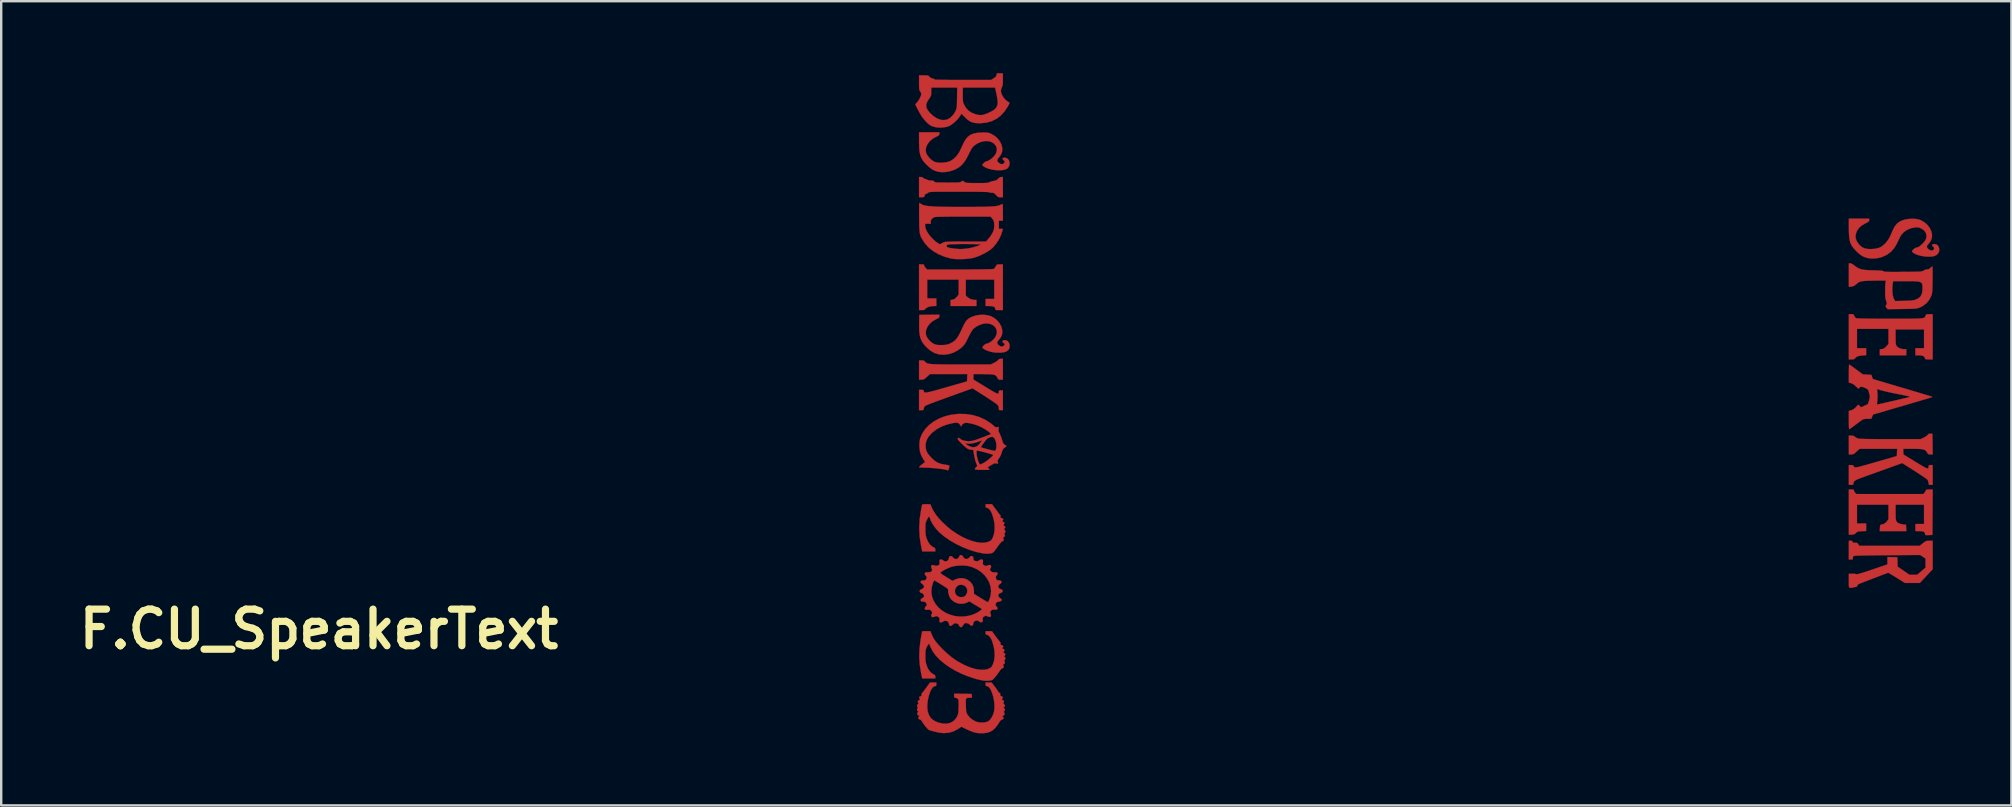
<source format=kicad_pcb>
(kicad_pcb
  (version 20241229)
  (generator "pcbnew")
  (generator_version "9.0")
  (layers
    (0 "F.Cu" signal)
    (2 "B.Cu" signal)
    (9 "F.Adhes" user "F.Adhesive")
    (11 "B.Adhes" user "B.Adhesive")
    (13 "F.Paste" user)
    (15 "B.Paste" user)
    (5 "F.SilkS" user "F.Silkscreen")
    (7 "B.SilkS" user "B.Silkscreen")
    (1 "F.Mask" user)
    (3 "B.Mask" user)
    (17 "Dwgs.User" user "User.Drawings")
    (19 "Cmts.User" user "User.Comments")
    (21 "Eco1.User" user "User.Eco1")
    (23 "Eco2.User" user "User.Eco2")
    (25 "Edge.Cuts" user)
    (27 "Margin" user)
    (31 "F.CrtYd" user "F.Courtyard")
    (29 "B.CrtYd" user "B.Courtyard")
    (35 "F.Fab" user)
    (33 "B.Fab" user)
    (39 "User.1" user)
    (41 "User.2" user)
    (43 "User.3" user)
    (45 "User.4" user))
  (footprint "F.CU_SpeakerText"
    (layer "F.Cu")
    (at 10.24 23.161)
    (property "Reference" "F.CU_SpeakerText" (at 0 0 0) (layer "F.SilkS") (effects (font (size 1.524 1.524) (thickness 0.3))))
    (attr through_hole)
    (fp_poly (pts (xy 25.167 -15.196) (xy 25.199 -15.186) (xy 25.209 -15.165) (xy 25.209 -15.154) (xy 25.224 -15.111) (xy 25.259 -15.061) (xy 25.271 -15.048) (xy 25.333 -14.986) (xy 26.702 -14.986) (xy 27.019 -14.986) (xy 27.297 -14.987) (xy 27.534 -14.989) (xy 27.732 -14.992) (xy 27.889 -14.995) (xy 28.004 -14.998) (xy 28.078 -15.003) (xy 28.11 -15.008) (xy 28.111 -15.008) (xy 28.145 -15.04) (xy 28.183 -15.094) (xy 28.194 -15.114) (xy 28.22 -15.16) (xy 28.245 -15.185) (xy 28.282 -15.196) (xy 28.345 -15.198) (xy 28.364 -15.198) (xy 28.49 -15.198) (xy 28.49 -13.293) (xy 28.332 -13.293) (xy 28.251 -13.293) (xy 28.203 -13.297) (xy 28.181 -13.308) (xy 28.173 -13.327) (xy 28.173 -13.344) (xy 28.158 -13.399) (xy 28.112 -13.436) (xy 28.03 -13.456) (xy 27.925 -13.462) (xy 27.771 -13.462) (xy 27.771 -13.758) (xy 28.131 -13.758) (xy 28.131 -14.563) (xy 26.945 -14.563) (xy 26.945 -13.902) (xy 27.015 -13.832) (xy 27.111 -13.765) (xy 27.23 -13.725) (xy 27.321 -13.716) (xy 27.39 -13.716) (xy 27.39 -13.462) (xy 26.31 -13.462) (xy 26.31 -13.712) (xy 26.395 -13.727) (xy 26.458 -13.746) (xy 26.515 -13.787) (xy 26.564 -13.837) (xy 26.649 -13.934) (xy 26.649 -14.563) (xy 25.337 -14.563) (xy 25.337 -13.78) (xy 25.718 -13.78) (xy 25.718 -13.462) (xy 25.596 -13.461) (xy 25.468 -13.449) (xy 25.362 -13.417) (xy 25.285 -13.368) (xy 25.266 -13.346) (xy 25.237 -13.314) (xy 25.199 -13.298) (xy 25.138 -13.293) (xy 25.112 -13.293) (xy 24.998 -13.293) (xy 24.998 -15.198) (xy 25.104 -15.198) (xy 25.167 -15.196)) (stroke (width 0.01) (type solid)) (fill yes) (layer "F.Cu"))
    (fp_poly (pts (xy 63.902 -5.819) (xy 63.934 -5.809) (xy 63.944 -5.788) (xy 63.944 -5.778) (xy 63.959 -5.733) (xy 63.994 -5.685) (xy 63.996 -5.682) (xy 64.048 -5.63) (xy 66.841 -5.63) (xy 66.884 -5.685) (xy 66.919 -5.736) (xy 66.94 -5.78) (xy 66.953 -5.803) (xy 66.982 -5.815) (xy 67.036 -5.82) (xy 67.089 -5.821) (xy 67.226 -5.821) (xy 67.22 -4.874) (xy 67.215 -3.926) (xy 67.061 -3.92) (xy 66.982 -3.918) (xy 66.936 -3.92) (xy 66.915 -3.929) (xy 66.908 -3.949) (xy 66.908 -3.965) (xy 66.897 -4.02) (xy 66.86 -4.056) (xy 66.793 -4.077) (xy 66.69 -4.085) (xy 66.668 -4.085) (xy 66.506 -4.085) (xy 66.506 -4.381) (xy 66.865 -4.381) (xy 66.865 -5.186) (xy 65.68 -5.186) (xy 65.68 -4.862) (xy 65.681 -4.725) (xy 65.685 -4.623) (xy 65.695 -4.549) (xy 65.711 -4.497) (xy 65.737 -4.461) (xy 65.775 -4.432) (xy 65.814 -4.41) (xy 65.875 -4.387) (xy 65.955 -4.369) (xy 65.998 -4.362) (xy 66.114 -4.35) (xy 66.12 -4.217) (xy 66.127 -4.085) (xy 65.022 -4.085) (xy 65.028 -4.217) (xy 65.033 -4.29) (xy 65.041 -4.331) (xy 65.058 -4.349) (xy 65.087 -4.356) (xy 65.088 -4.356) (xy 65.194 -4.385) (xy 65.279 -4.446) (xy 65.32 -4.494) (xy 65.384 -4.58) (xy 65.384 -5.186) (xy 64.072 -5.186) (xy 64.072 -4.403) (xy 64.453 -4.403) (xy 64.453 -4.09) (xy 64.274 -4.082) (xy 64.185 -4.077) (xy 64.126 -4.07) (xy 64.085 -4.055) (xy 64.05 -4.03) (xy 64.024 -4.006) (xy 63.974 -3.963) (xy 63.926 -3.943) (xy 63.86 -3.937) (xy 63.843 -3.937) (xy 63.733 -3.937) (xy 63.733 -5.821) (xy 63.839 -5.821) (xy 63.902 -5.819)) (stroke (width 0.01) (type solid)) (fill yes) (layer "F.Cu"))
    (fp_poly (pts (xy 63.896 -13.121) (xy 63.929 -13.11) (xy 63.947 -13.081) (xy 63.956 -13.055) (xy 63.987 -12.997) (xy 64.029 -12.96) (xy 64.05 -12.954) (xy 64.09 -12.949) (xy 64.153 -12.945) (xy 64.239 -12.942) (xy 64.353 -12.939) (xy 64.496 -12.937) (xy 64.671 -12.935) (xy 64.881 -12.934) (xy 65.128 -12.933) (xy 65.414 -12.933) (xy 65.448 -12.933) (xy 65.729 -12.933) (xy 65.97 -12.933) (xy 66.175 -12.933) (xy 66.347 -12.934) (xy 66.489 -12.936) (xy 66.604 -12.939) (xy 66.695 -12.944) (xy 66.765 -12.95) (xy 66.817 -12.958) (xy 66.855 -12.968) (xy 66.881 -12.981) (xy 66.898 -12.996) (xy 66.91 -13.015) (xy 66.92 -13.036) (xy 66.929 -13.059) (xy 66.946 -13.094) (xy 66.967 -13.113) (xy 67.005 -13.121) (xy 67.072 -13.123) (xy 67.09 -13.123) (xy 67.225 -13.123) (xy 67.225 -11.239) (xy 67.067 -11.239) (xy 66.985 -11.241) (xy 66.938 -11.245) (xy 66.915 -11.256) (xy 66.908 -11.274) (xy 66.908 -11.28) (xy 66.888 -11.336) (xy 66.832 -11.378) (xy 66.744 -11.402) (xy 66.651 -11.409) (xy 66.506 -11.409) (xy 66.506 -11.705) (xy 66.865 -11.705) (xy 66.865 -12.488) (xy 65.68 -12.488) (xy 65.68 -12.176) (xy 65.681 -12.051) (xy 65.684 -11.959) (xy 65.689 -11.895) (xy 65.698 -11.85) (xy 65.711 -11.815) (xy 65.721 -11.798) (xy 65.776 -11.742) (xy 65.861 -11.698) (xy 65.963 -11.67) (xy 66.044 -11.663) (xy 66.125 -11.663) (xy 66.125 -11.409) (xy 65.024 -11.409) (xy 65.024 -11.657) (xy 65.114 -11.669) (xy 65.174 -11.683) (xy 65.225 -11.713) (xy 65.283 -11.768) (xy 65.294 -11.78) (xy 65.384 -11.879) (xy 65.384 -12.509) (xy 64.072 -12.509) (xy 64.072 -11.705) (xy 64.453 -11.705) (xy 64.453 -11.415) (xy 64.299 -11.403) (xy 64.177 -11.388) (xy 64.089 -11.364) (xy 64.028 -11.326) (xy 63.997 -11.289) (xy 63.971 -11.26) (xy 63.934 -11.245) (xy 63.873 -11.24) (xy 63.849 -11.239) (xy 63.733 -11.239) (xy 63.733 -13.123) (xy 63.834 -13.123) (xy 63.896 -13.121)) (stroke (width 0.01) (type solid)) (fill yes) (layer "F.Cu"))
    (fp_poly (pts (xy 63.858 -3.678) (xy 63.879 -3.66) (xy 63.881 -3.641) (xy 63.887 -3.615) (xy 63.911 -3.603) (xy 63.963 -3.598) (xy 63.986 -3.598) (xy 64.051 -3.595) (xy 64.09 -3.582) (xy 64.118 -3.551) (xy 64.128 -3.535) (xy 64.165 -3.471) (xy 66.68 -3.471) (xy 66.815 -3.577) (xy 66.883 -3.63) (xy 66.934 -3.661) (xy 66.979 -3.677) (xy 67.034 -3.682) (xy 67.087 -3.683) (xy 67.225 -3.683) (xy 67.225 -2.497) (xy 66.958 -2.211) (xy 66.691 -1.926) (xy 66.07 -1.926) (xy 65.732 -2.137) (xy 65.625 -2.204) (xy 65.529 -2.262) (xy 65.451 -2.308) (xy 65.397 -2.338) (xy 65.372 -2.349) (xy 65.372 -2.349) (xy 65.349 -2.342) (xy 65.292 -2.321) (xy 65.208 -2.29) (xy 65.101 -2.25) (xy 64.978 -2.203) (xy 64.845 -2.152) (xy 64.706 -2.099) (xy 64.569 -2.046) (xy 64.438 -1.995) (xy 64.319 -1.949) (xy 64.219 -1.909) (xy 64.142 -1.879) (xy 64.119 -1.869) (xy 64.097 -1.841) (xy 64.093 -1.818) (xy 64.074 -1.782) (xy 64.045 -1.768) (xy 63.924 -1.74) (xy 63.839 -1.722) (xy 63.783 -1.72) (xy 63.751 -1.738) (xy 63.736 -1.781) (xy 63.732 -1.854) (xy 63.733 -1.961) (xy 63.733 -2.011) (xy 63.733 -2.307) (xy 63.89 -2.307) (xy 63.973 -2.304) (xy 64.031 -2.296) (xy 64.054 -2.284) (xy 64.076 -2.285) (xy 64.134 -2.299) (xy 64.225 -2.325) (xy 64.346 -2.362) (xy 64.494 -2.41) (xy 64.665 -2.468) (xy 64.702 -2.48) (xy 65.341 -2.699) (xy 65.341 -2.853) (xy 65.341 -3.007) (xy 65.754 -2.995) (xy 65.76 -2.8) (xy 65.766 -2.604) (xy 66.259 -2.265) (xy 66.419 -2.265) (xy 66.58 -2.265) (xy 66.754 -2.415) (xy 66.929 -2.564) (xy 66.929 -2.942) (xy 66.816 -3.017) (xy 66.704 -3.091) (xy 65.414 -3.082) (xy 65.181 -3.081) (xy 64.957 -3.078) (xy 64.748 -3.076) (xy 64.557 -3.073) (xy 64.388 -3.07) (xy 64.244 -3.067) (xy 64.132 -3.064) (xy 64.053 -3.062) (xy 64.013 -3.059) (xy 63.949 -3.049) (xy 63.916 -3.036) (xy 63.904 -3.011) (xy 63.902 -2.972) (xy 63.899 -2.926) (xy 63.883 -2.905) (xy 63.841 -2.9) (xy 63.818 -2.9) (xy 63.733 -2.9) (xy 63.733 -3.683) (xy 63.807 -3.683) (xy 63.858 -3.678)) (stroke (width 0.01) (type solid)) (fill yes) (layer "F.Cu"))
    (fp_poly (pts (xy 25.138 -18.826) (xy 25.172 -18.796) (xy 25.216 -18.761) (xy 25.254 -18.754) (xy 25.307 -18.742) (xy 25.337 -18.722) (xy 25.379 -18.7) (xy 25.461 -18.69) (xy 25.482 -18.69) (xy 25.556 -18.687) (xy 25.599 -18.675) (xy 25.625 -18.652) (xy 25.628 -18.648) (xy 25.638 -18.635) (xy 25.653 -18.625) (xy 25.678 -18.617) (xy 25.719 -18.612) (xy 25.78 -18.609) (xy 25.867 -18.607) (xy 25.984 -18.606) (xy 26.138 -18.606) (xy 26.18 -18.605) (xy 26.344 -18.606) (xy 26.47 -18.606) (xy 26.565 -18.608) (xy 26.633 -18.611) (xy 26.682 -18.616) (xy 26.715 -18.624) (xy 26.739 -18.634) (xy 26.759 -18.647) (xy 26.764 -18.651) (xy 26.808 -18.677) (xy 26.835 -18.678) (xy 26.836 -18.676) (xy 26.863 -18.65) (xy 26.902 -18.62) (xy 26.925 -18.608) (xy 26.956 -18.599) (xy 27.003 -18.593) (xy 27.069 -18.588) (xy 27.162 -18.586) (xy 27.287 -18.585) (xy 27.411 -18.584) (xy 27.564 -18.585) (xy 27.681 -18.586) (xy 27.768 -18.589) (xy 27.831 -18.593) (xy 27.878 -18.6) (xy 27.913 -18.61) (xy 27.944 -18.624) (xy 27.951 -18.627) (xy 28.017 -18.654) (xy 28.08 -18.668) (xy 28.094 -18.669) (xy 28.184 -18.688) (xy 28.27 -18.738) (xy 28.317 -18.785) (xy 28.374 -18.83) (xy 28.425 -18.838) (xy 28.49 -18.838) (xy 28.49 -17.992) (xy 28.392 -17.992) (xy 28.334 -17.995) (xy 28.291 -18.009) (xy 28.248 -18.043) (xy 28.206 -18.087) (xy 28.152 -18.141) (xy 28.111 -18.169) (xy 28.065 -18.181) (xy 28.019 -18.182) (xy 27.958 -18.186) (xy 27.917 -18.197) (xy 27.908 -18.203) (xy 27.884 -18.208) (xy 27.818 -18.213) (xy 27.712 -18.216) (xy 27.566 -18.219) (xy 27.381 -18.222) (xy 27.158 -18.223) (xy 26.898 -18.224) (xy 26.658 -18.224) (xy 26.398 -18.224) (xy 26.177 -18.224) (xy 25.991 -18.224) (xy 25.838 -18.223) (xy 25.714 -18.221) (xy 25.616 -18.22) (xy 25.541 -18.217) (xy 25.485 -18.214) (xy 25.445 -18.209) (xy 25.417 -18.204) (xy 25.399 -18.198) (xy 25.387 -18.19) (xy 25.382 -18.185) (xy 25.33 -18.149) (xy 25.287 -18.132) (xy 25.243 -18.109) (xy 25.231 -18.068) (xy 25.221 -18.026) (xy 25.186 -18.002) (xy 25.119 -17.992) (xy 25.081 -17.992) (xy 24.998 -17.992) (xy 24.998 -18.838) (xy 25.072 -18.838) (xy 25.138 -18.826)) (stroke (width 0.01) (type solid)) (fill yes) (layer "F.Cu"))
    (fp_poly (pts (xy 67.137 -8.145) (xy 67.215 -8.139) (xy 67.22 -7.71) (xy 67.226 -7.281) (xy 67.131 -7.281) (xy 67.073 -7.284) (xy 67.037 -7.299) (xy 67.006 -7.335) (xy 66.982 -7.374) (xy 66.952 -7.418) (xy 66.917 -7.452) (xy 66.871 -7.477) (xy 66.809 -7.494) (xy 66.724 -7.505) (xy 66.611 -7.511) (xy 66.464 -7.514) (xy 66.368 -7.514) (xy 65.996 -7.514) (xy 66.008 -7.276) (xy 66.505 -6.973) (xy 66.66 -6.878) (xy 66.783 -6.805) (xy 66.877 -6.751) (xy 66.947 -6.716) (xy 66.996 -6.699) (xy 67.028 -6.697) (xy 67.046 -6.709) (xy 67.054 -6.735) (xy 67.056 -6.773) (xy 67.056 -6.776) (xy 67.06 -6.815) (xy 67.078 -6.832) (xy 67.125 -6.837) (xy 67.141 -6.837) (xy 67.225 -6.837) (xy 67.225 -6.011) (xy 67.141 -6.011) (xy 67.086 -6.014) (xy 67.062 -6.028) (xy 67.056 -6.065) (xy 67.055 -6.091) (xy 67.036 -6.179) (xy 67.008 -6.226) (xy 66.978 -6.252) (xy 66.917 -6.297) (xy 66.831 -6.357) (xy 66.724 -6.429) (xy 66.602 -6.509) (xy 66.469 -6.594) (xy 66.458 -6.601) (xy 65.956 -6.92) (xy 65.22 -6.654) (xy 65.04 -6.59) (xy 64.862 -6.525) (xy 64.693 -6.464) (xy 64.538 -6.409) (xy 64.405 -6.361) (xy 64.3 -6.323) (xy 64.241 -6.302) (xy 64.117 -6.255) (xy 64.029 -6.214) (xy 63.971 -6.175) (xy 63.938 -6.133) (xy 63.925 -6.087) (xy 63.924 -6.07) (xy 63.92 -6.034) (xy 63.902 -6.017) (xy 63.859 -6.012) (xy 63.828 -6.011) (xy 63.733 -6.011) (xy 63.733 -6.837) (xy 63.828 -6.837) (xy 63.893 -6.832) (xy 63.921 -6.816) (xy 63.923 -6.808) (xy 63.939 -6.775) (xy 63.97 -6.748) (xy 63.984 -6.741) (xy 64.003 -6.738) (xy 64.033 -6.739) (xy 64.075 -6.746) (xy 64.135 -6.759) (xy 64.216 -6.779) (xy 64.321 -6.807) (xy 64.454 -6.844) (xy 64.62 -6.891) (xy 64.822 -6.949) (xy 64.875 -6.964) (xy 65.733 -7.212) (xy 65.739 -7.363) (xy 65.746 -7.514) (xy 64.18 -7.514) (xy 64.054 -7.398) (xy 63.988 -7.339) (xy 63.941 -7.304) (xy 63.899 -7.287) (xy 63.852 -7.282) (xy 63.831 -7.281) (xy 63.733 -7.281) (xy 63.733 -8.065) (xy 63.835 -8.065) (xy 63.908 -8.059) (xy 63.957 -8.038) (xy 63.985 -8.014) (xy 64.036 -7.976) (xy 64.105 -7.945) (xy 64.125 -7.94) (xy 64.17 -7.934) (xy 64.256 -7.929) (xy 64.384 -7.925) (xy 64.553 -7.921) (xy 64.763 -7.919) (xy 65.016 -7.917) (xy 65.31 -7.916) (xy 65.47 -7.916) (xy 66.722 -7.916) (xy 66.855 -7.98) (xy 66.928 -8.02) (xy 66.989 -8.063) (xy 67.023 -8.097) (xy 67.056 -8.134) (xy 67.1 -8.146) (xy 67.137 -8.145)) (stroke (width 0.01) (type solid)) (fill yes) (layer "F.Cu"))
    (fp_poly (pts (xy 28.49 -10.393) (xy 28.395 -10.393) (xy 28.336 -10.395) (xy 28.301 -10.41) (xy 28.274 -10.447) (xy 28.255 -10.484) (xy 28.23 -10.528) (xy 28.198 -10.562) (xy 28.154 -10.587) (xy 28.093 -10.605) (xy 28.01 -10.616) (xy 27.898 -10.623) (xy 27.753 -10.625) (xy 27.643 -10.626) (xy 27.263 -10.626) (xy 27.263 -10.399) (xy 27.765 -10.092) (xy 27.921 -9.997) (xy 28.045 -9.923) (xy 28.14 -9.869) (xy 28.211 -9.834) (xy 28.26 -9.815) (xy 28.292 -9.812) (xy 28.31 -9.823) (xy 28.319 -9.848) (xy 28.321 -9.884) (xy 28.321 -9.887) (xy 28.325 -9.927) (xy 28.343 -9.944) (xy 28.39 -9.948) (xy 28.406 -9.948) (xy 28.49 -9.948) (xy 28.49 -9.123) (xy 28.406 -9.123) (xy 28.351 -9.125) (xy 28.327 -9.139) (xy 28.321 -9.176) (xy 28.321 -9.199) (xy 28.309 -9.269) (xy 28.281 -9.332) (xy 28.28 -9.333) (xy 28.252 -9.359) (xy 28.192 -9.404) (xy 28.107 -9.464) (xy 28.001 -9.537) (xy 27.88 -9.617) (xy 27.747 -9.703) (xy 27.732 -9.712) (xy 27.225 -10.034) (xy 26.24 -9.679) (xy 26.013 -9.597) (xy 25.823 -9.528) (xy 25.666 -9.47) (xy 25.539 -9.423) (xy 25.439 -9.384) (xy 25.363 -9.352) (xy 25.307 -9.327) (xy 25.267 -9.307) (xy 25.242 -9.29) (xy 25.226 -9.275) (xy 25.222 -9.268) (xy 25.197 -9.213) (xy 25.188 -9.167) (xy 25.183 -9.14) (xy 25.158 -9.127) (xy 25.105 -9.123) (xy 25.093 -9.123) (xy 24.998 -9.123) (xy 24.998 -9.97) (xy 25.092 -9.97) (xy 25.151 -9.967) (xy 25.18 -9.954) (xy 25.192 -9.926) (xy 25.192 -9.922) (xy 25.198 -9.897) (xy 25.208 -9.877) (xy 25.228 -9.864) (xy 25.259 -9.858) (xy 25.306 -9.86) (xy 25.373 -9.871) (xy 25.461 -9.89) (xy 25.576 -9.919) (xy 25.721 -9.958) (xy 25.898 -10.008) (xy 26.112 -10.069) (xy 26.152 -10.081) (xy 26.998 -10.324) (xy 27.004 -10.475) (xy 27.011 -10.626) (xy 25.45 -10.626) (xy 25.321 -10.509) (xy 25.254 -10.451) (xy 25.205 -10.416) (xy 25.163 -10.399) (xy 25.116 -10.393) (xy 25.095 -10.393) (xy 24.998 -10.393) (xy 24.998 -11.197) (xy 25.102 -11.197) (xy 25.171 -11.193) (xy 25.216 -11.176) (xy 25.254 -11.139) (xy 25.256 -11.137) (xy 25.276 -11.116) (xy 25.297 -11.097) (xy 25.324 -11.081) (xy 25.36 -11.068) (xy 25.407 -11.057) (xy 25.469 -11.048) (xy 25.549 -11.042) (xy 25.651 -11.036) (xy 25.777 -11.033) (xy 25.931 -11.03) (xy 26.116 -11.029) (xy 26.335 -11.028) (xy 26.591 -11.028) (xy 26.746 -11.028) (xy 27.988 -11.028) (xy 28.122 -11.094) (xy 28.195 -11.134) (xy 28.255 -11.177) (xy 28.289 -11.21) (xy 28.324 -11.246) (xy 28.377 -11.26) (xy 28.406 -11.261) (xy 28.49 -11.261) (xy 28.49 -10.393)) (stroke (width 0.01) (type solid)) (fill yes) (layer "F.Cu"))
    (fp_poly (pts (xy 64.579 -17.042) (xy 64.576 -17.01) (xy 64.559 -16.984) (xy 64.522 -16.957) (xy 64.457 -16.923) (xy 64.423 -16.906) (xy 64.273 -16.819) (xy 64.16 -16.719) (xy 64.076 -16.6) (xy 64.059 -16.565) (xy 64.016 -16.431) (xy 64.015 -16.301) (xy 64.056 -16.173) (xy 64.138 -16.049) (xy 64.19 -15.993) (xy 64.275 -15.92) (xy 64.367 -15.872) (xy 64.475 -15.844) (xy 64.607 -15.835) (xy 64.708 -15.837) (xy 64.865 -15.853) (xy 64.993 -15.887) (xy 65.105 -15.945) (xy 65.21 -16.032) (xy 65.264 -16.086) (xy 65.323 -16.154) (xy 65.373 -16.224) (xy 65.421 -16.304) (xy 65.47 -16.403) (xy 65.525 -16.53) (xy 65.552 -16.597) (xy 65.631 -16.757) (xy 65.725 -16.88) (xy 65.839 -16.972) (xy 65.979 -17.037) (xy 66.114 -17.073) (xy 66.295 -17.097) (xy 66.469 -17.097) (xy 66.628 -17.072) (xy 66.739 -17.035) (xy 66.884 -16.949) (xy 67.009 -16.838) (xy 67.106 -16.708) (xy 67.172 -16.565) (xy 67.196 -16.456) (xy 67.196 -16.325) (xy 67.161 -16.208) (xy 67.088 -16.095) (xy 67.065 -16.068) (xy 67.007 -15.997) (xy 66.983 -15.943) (xy 66.991 -15.896) (xy 67.032 -15.847) (xy 67.059 -15.823) (xy 67.135 -15.778) (xy 67.207 -15.774) (xy 67.255 -15.797) (xy 67.283 -15.84) (xy 67.281 -15.892) (xy 67.251 -15.938) (xy 67.233 -15.95) (xy 67.202 -15.979) (xy 67.207 -16.01) (xy 67.24 -16.035) (xy 67.291 -16.044) (xy 67.378 -16.029) (xy 67.442 -15.981) (xy 67.469 -15.939) (xy 67.5 -15.838) (xy 67.492 -15.74) (xy 67.451 -15.652) (xy 67.378 -15.582) (xy 67.279 -15.539) (xy 67.157 -15.52) (xy 67.018 -15.518) (xy 66.871 -15.53) (xy 66.727 -15.556) (xy 66.594 -15.593) (xy 66.482 -15.64) (xy 66.401 -15.694) (xy 66.387 -15.708) (xy 66.368 -15.734) (xy 66.369 -15.757) (xy 66.393 -15.79) (xy 66.423 -15.822) (xy 66.486 -15.874) (xy 66.543 -15.896) (xy 66.549 -15.896) (xy 66.6 -15.905) (xy 66.658 -15.935) (xy 66.73 -15.991) (xy 66.798 -16.053) (xy 66.893 -16.158) (xy 66.949 -16.261) (xy 66.968 -16.365) (xy 66.966 -16.405) (xy 66.94 -16.513) (xy 66.882 -16.599) (xy 66.787 -16.671) (xy 66.748 -16.691) (xy 66.672 -16.725) (xy 66.609 -16.739) (xy 66.535 -16.74) (xy 66.5 -16.737) (xy 66.325 -16.705) (xy 66.166 -16.639) (xy 66.028 -16.546) (xy 65.919 -16.427) (xy 65.865 -16.336) (xy 65.828 -16.26) (xy 65.783 -16.165) (xy 65.738 -16.072) (xy 65.735 -16.066) (xy 65.626 -15.879) (xy 65.49 -15.725) (xy 65.326 -15.602) (xy 65.134 -15.511) (xy 65.111 -15.503) (xy 64.963 -15.464) (xy 64.803 -15.444) (xy 64.647 -15.443) (xy 64.512 -15.462) (xy 64.511 -15.462) (xy 64.395 -15.498) (xy 64.295 -15.544) (xy 64.2 -15.609) (xy 64.097 -15.698) (xy 64.045 -15.748) (xy 63.954 -15.845) (xy 63.882 -15.936) (xy 63.827 -16.028) (xy 63.787 -16.128) (xy 63.76 -16.244) (xy 63.743 -16.382) (xy 63.735 -16.548) (xy 63.733 -16.735) (xy 63.733 -17.103) (xy 64.579 -17.103) (xy 64.579 -17.042)) (stroke (width 0.01) (type solid)) (fill yes) (layer "F.Cu"))
    (fp_poly (pts (xy 25.845 -20.638) (xy 25.841 -20.605) (xy 25.826 -20.579) (xy 25.79 -20.553) (xy 25.727 -20.521) (xy 25.691 -20.504) (xy 25.551 -20.422) (xy 25.434 -20.317) (xy 25.345 -20.197) (xy 25.29 -20.067) (xy 25.273 -19.945) (xy 25.292 -19.847) (xy 25.342 -19.743) (xy 25.418 -19.642) (xy 25.511 -19.552) (xy 25.614 -19.484) (xy 25.66 -19.463) (xy 25.764 -19.439) (xy 25.891 -19.43) (xy 26.029 -19.437) (xy 26.163 -19.458) (xy 26.278 -19.493) (xy 26.296 -19.501) (xy 26.435 -19.587) (xy 26.56 -19.709) (xy 26.666 -19.862) (xy 26.703 -19.934) (xy 26.752 -20.036) (xy 26.807 -20.153) (xy 26.858 -20.261) (xy 26.863 -20.271) (xy 26.942 -20.409) (xy 27.034 -20.516) (xy 27.145 -20.595) (xy 27.279 -20.649) (xy 27.442 -20.68) (xy 27.638 -20.69) (xy 27.654 -20.69) (xy 27.762 -20.689) (xy 27.84 -20.685) (xy 27.899 -20.675) (xy 27.953 -20.658) (xy 28.008 -20.634) (xy 28.153 -20.547) (xy 28.277 -20.435) (xy 28.374 -20.306) (xy 28.438 -20.166) (xy 28.463 -20.046) (xy 28.463 -19.923) (xy 28.435 -19.817) (xy 28.375 -19.716) (xy 28.331 -19.663) (xy 28.274 -19.591) (xy 28.252 -19.534) (xy 28.265 -19.485) (xy 28.312 -19.435) (xy 28.331 -19.419) (xy 28.408 -19.376) (xy 28.474 -19.373) (xy 28.533 -19.41) (xy 28.567 -19.453) (xy 28.568 -19.486) (xy 28.533 -19.525) (xy 28.52 -19.535) (xy 28.48 -19.58) (xy 28.48 -19.616) (xy 28.519 -19.638) (xy 28.563 -19.643) (xy 28.646 -19.625) (xy 28.709 -19.578) (xy 28.751 -19.509) (xy 28.769 -19.428) (xy 28.764 -19.343) (xy 28.732 -19.262) (xy 28.672 -19.194) (xy 28.646 -19.175) (xy 28.56 -19.141) (xy 28.444 -19.122) (xy 28.309 -19.117) (xy 28.165 -19.127) (xy 28.02 -19.149) (xy 27.886 -19.184) (xy 27.772 -19.231) (xy 27.765 -19.235) (xy 27.688 -19.279) (xy 27.647 -19.313) (xy 27.638 -19.345) (xy 27.659 -19.381) (xy 27.694 -19.419) (xy 27.756 -19.47) (xy 27.812 -19.494) (xy 27.822 -19.494) (xy 27.865 -19.507) (xy 27.929 -19.542) (xy 28.002 -19.592) (xy 28.007 -19.595) (xy 28.12 -19.699) (xy 28.197 -19.809) (xy 28.236 -19.92) (xy 28.238 -20.028) (xy 28.202 -20.131) (xy 28.126 -20.223) (xy 28.086 -20.256) (xy 27.974 -20.312) (xy 27.843 -20.336) (xy 27.701 -20.329) (xy 27.555 -20.292) (xy 27.413 -20.227) (xy 27.287 -20.138) (xy 27.243 -20.095) (xy 27.2 -20.038) (xy 27.154 -19.96) (xy 27.098 -19.854) (xy 27.064 -19.783) (xy 26.976 -19.612) (xy 26.89 -19.475) (xy 26.803 -19.366) (xy 26.709 -19.278) (xy 26.628 -19.22) (xy 26.47 -19.138) (xy 26.293 -19.079) (xy 26.109 -19.045) (xy 25.93 -19.039) (xy 25.771 -19.062) (xy 25.652 -19.1) (xy 25.543 -19.156) (xy 25.434 -19.236) (xy 25.314 -19.345) (xy 25.304 -19.356) (xy 25.214 -19.452) (xy 25.143 -19.546) (xy 25.088 -19.644) (xy 25.049 -19.752) (xy 25.022 -19.877) (xy 25.006 -20.027) (xy 24.999 -20.207) (xy 24.998 -20.345) (xy 24.998 -20.701) (xy 25.845 -20.701) (xy 25.845 -20.638)) (stroke (width 0.01) (type solid)) (fill yes) (layer "F.Cu"))
    (fp_poly (pts (xy 25.845 -13.039) (xy 25.841 -13.004) (xy 25.824 -12.977) (xy 25.786 -12.951) (xy 25.718 -12.918) (xy 25.709 -12.914) (xy 25.557 -12.827) (xy 25.435 -12.718) (xy 25.344 -12.592) (xy 25.29 -12.453) (xy 25.278 -12.38) (xy 25.286 -12.264) (xy 25.334 -12.149) (xy 25.422 -12.035) (xy 25.474 -11.984) (xy 25.558 -11.916) (xy 25.641 -11.871) (xy 25.735 -11.844) (xy 25.849 -11.834) (xy 25.978 -11.836) (xy 26.082 -11.842) (xy 26.16 -11.854) (xy 26.227 -11.873) (xy 26.3 -11.905) (xy 26.316 -11.913) (xy 26.395 -11.956) (xy 26.463 -12.003) (xy 26.524 -12.059) (xy 26.582 -12.13) (xy 26.64 -12.221) (xy 26.703 -12.338) (xy 26.774 -12.484) (xy 26.837 -12.623) (xy 26.88 -12.709) (xy 26.929 -12.793) (xy 26.97 -12.853) (xy 27.063 -12.939) (xy 27.187 -13.008) (xy 27.333 -13.059) (xy 27.494 -13.089) (xy 27.66 -13.098) (xy 27.824 -13.083) (xy 27.977 -13.044) (xy 27.988 -13.04) (xy 28.125 -12.968) (xy 28.248 -12.867) (xy 28.349 -12.745) (xy 28.422 -12.61) (xy 28.461 -12.47) (xy 28.463 -12.448) (xy 28.463 -12.324) (xy 28.435 -12.219) (xy 28.375 -12.117) (xy 28.331 -12.064) (xy 28.275 -11.993) (xy 28.252 -11.936) (xy 28.264 -11.887) (xy 28.309 -11.835) (xy 28.325 -11.821) (xy 28.4 -11.778) (xy 28.471 -11.774) (xy 28.534 -11.812) (xy 28.534 -11.812) (xy 28.567 -11.86) (xy 28.558 -11.898) (xy 28.515 -11.927) (xy 28.476 -11.96) (xy 28.474 -11.999) (xy 28.507 -12.03) (xy 28.525 -12.036) (xy 28.609 -12.038) (xy 28.682 -12.004) (xy 28.737 -11.94) (xy 28.767 -11.852) (xy 28.771 -11.808) (xy 28.758 -11.706) (xy 28.715 -11.627) (xy 28.639 -11.571) (xy 28.529 -11.535) (xy 28.393 -11.519) (xy 28.19 -11.522) (xy 27.997 -11.552) (xy 27.827 -11.606) (xy 27.799 -11.619) (xy 27.71 -11.664) (xy 27.658 -11.7) (xy 27.639 -11.733) (xy 27.65 -11.77) (xy 27.689 -11.815) (xy 27.694 -11.821) (xy 27.747 -11.865) (xy 27.795 -11.892) (xy 27.814 -11.896) (xy 27.882 -11.912) (xy 27.963 -11.957) (xy 28.047 -12.022) (xy 28.124 -12.099) (xy 28.185 -12.182) (xy 28.185 -12.183) (xy 28.232 -12.297) (xy 28.24 -12.407) (xy 28.213 -12.509) (xy 28.156 -12.598) (xy 28.07 -12.668) (xy 27.961 -12.716) (xy 27.832 -12.737) (xy 27.741 -12.735) (xy 27.615 -12.709) (xy 27.485 -12.659) (xy 27.364 -12.593) (xy 27.267 -12.517) (xy 27.234 -12.482) (xy 27.198 -12.429) (xy 27.15 -12.348) (xy 27.096 -12.249) (xy 27.042 -12.143) (xy 27.035 -12.127) (xy 26.979 -12.014) (xy 26.933 -11.929) (xy 26.89 -11.864) (xy 26.845 -11.809) (xy 26.79 -11.753) (xy 26.773 -11.738) (xy 26.608 -11.612) (xy 26.423 -11.518) (xy 26.225 -11.458) (xy 26.022 -11.434) (xy 25.822 -11.45) (xy 25.806 -11.453) (xy 25.642 -11.505) (xy 25.481 -11.598) (xy 25.345 -11.711) (xy 25.24 -11.817) (xy 25.158 -11.92) (xy 25.096 -12.027) (xy 25.051 -12.144) (xy 25.022 -12.279) (xy 25.007 -12.438) (xy 25.002 -12.628) (xy 25.003 -12.738) (xy 25.008 -13.092) (xy 25.845 -13.103) (xy 25.845 -13.039)) (stroke (width 0.01) (type solid)) (fill yes) (layer "F.Cu"))
    (fp_poly (pts (xy 63.853 -15.225) (xy 63.93 -15.177) (xy 63.979 -15.139) (xy 64.054 -15.082) (xy 64.128 -15.038) (xy 64.207 -15.005) (xy 64.299 -14.982) (xy 64.41 -14.966) (xy 64.548 -14.956) (xy 64.72 -14.95) (xy 64.748 -14.95) (xy 64.894 -14.946) (xy 65.003 -14.941) (xy 65.081 -14.936) (xy 65.132 -14.928) (xy 65.163 -14.917) (xy 65.174 -14.91) (xy 65.188 -14.902) (xy 65.213 -14.895) (xy 65.253 -14.89) (xy 65.311 -14.887) (xy 65.393 -14.884) (xy 65.501 -14.883) (xy 65.64 -14.883) (xy 65.814 -14.883) (xy 65.993 -14.885) (xy 66.196 -14.886) (xy 66.361 -14.888) (xy 66.492 -14.89) (xy 66.594 -14.892) (xy 66.671 -14.895) (xy 66.727 -14.9) (xy 66.768 -14.905) (xy 66.796 -14.912) (xy 66.817 -14.922) (xy 66.834 -14.933) (xy 66.842 -14.938) (xy 66.929 -14.979) (xy 66.988 -14.986) (xy 67.056 -14.996) (xy 67.112 -15.032) (xy 67.13 -15.05) (xy 67.172 -15.089) (xy 67.204 -15.111) (xy 67.21 -15.113) (xy 67.216 -15.093) (xy 67.22 -15.034) (xy 67.222 -14.94) (xy 67.223 -14.817) (xy 67.222 -14.666) (xy 67.221 -14.557) (xy 67.218 -14.387) (xy 67.214 -14.253) (xy 67.211 -14.15) (xy 67.206 -14.071) (xy 67.199 -14.011) (xy 67.191 -13.964) (xy 67.18 -13.923) (xy 67.165 -13.884) (xy 67.164 -13.88) (xy 67.077 -13.712) (xy 66.957 -13.571) (xy 66.807 -13.459) (xy 66.672 -13.393) (xy 66.636 -13.38) (xy 66.599 -13.369) (xy 66.555 -13.361) (xy 66.498 -13.355) (xy 66.424 -13.35) (xy 66.326 -13.346) (xy 66.2 -13.343) (xy 66.039 -13.341) (xy 65.955 -13.339) (xy 65.352 -13.331) (xy 65.302 -13.385) (xy 65.27 -13.428) (xy 65.268 -13.467) (xy 65.295 -13.518) (xy 65.304 -13.53) (xy 65.316 -13.56) (xy 65.313 -13.601) (xy 65.292 -13.667) (xy 65.288 -13.678) (xy 65.27 -13.734) (xy 65.258 -13.795) (xy 65.251 -13.87) (xy 65.247 -13.97) (xy 65.246 -14.083) (xy 65.545 -14.083) (xy 65.557 -13.94) (xy 65.584 -13.82) (xy 65.618 -13.739) (xy 65.661 -13.669) (xy 66.036 -13.678) (xy 66.178 -13.683) (xy 66.286 -13.688) (xy 66.367 -13.695) (xy 66.43 -13.704) (xy 66.482 -13.718) (xy 66.529 -13.734) (xy 66.639 -13.79) (xy 66.719 -13.862) (xy 66.77 -13.955) (xy 66.796 -14.077) (xy 66.802 -14.193) (xy 66.801 -14.276) (xy 66.795 -14.343) (xy 66.78 -14.395) (xy 66.752 -14.434) (xy 66.706 -14.462) (xy 66.638 -14.48) (xy 66.544 -14.491) (xy 66.419 -14.497) (xy 66.26 -14.499) (xy 66.106 -14.499) (xy 65.577 -14.499) (xy 65.562 -14.402) (xy 65.546 -14.24) (xy 65.545 -14.083) (xy 65.246 -14.083) (xy 65.246 -14.086) (xy 65.247 -14.2) (xy 65.25 -14.305) (xy 65.255 -14.389) (xy 65.26 -14.444) (xy 65.262 -14.452) (xy 65.277 -14.52) (xy 64.82 -14.52) (xy 64.626 -14.519) (xy 64.47 -14.513) (xy 64.346 -14.504) (xy 64.249 -14.489) (xy 64.176 -14.467) (xy 64.121 -14.44) (xy 64.08 -14.404) (xy 64.078 -14.403) (xy 63.992 -14.329) (xy 63.895 -14.281) (xy 63.812 -14.266) (xy 63.733 -14.266) (xy 63.733 -15.24) (xy 63.794 -15.24) (xy 63.853 -15.225)) (stroke (width 0.01) (type solid)) (fill yes) (layer "F.Cu"))
    (fp_poly (pts (xy 25.511 0.185) (xy 25.559 0.3) (xy 25.62 0.411) (xy 25.701 0.526) (xy 25.805 0.651) (xy 25.937 0.791) (xy 25.982 0.837) (xy 26.181 1.025) (xy 26.373 1.183) (xy 26.569 1.319) (xy 26.782 1.44) (xy 26.905 1.502) (xy 27.121 1.593) (xy 27.328 1.656) (xy 27.519 1.69) (xy 27.691 1.694) (xy 27.841 1.669) (xy 27.909 1.643) (xy 27.969 1.612) (xy 28.01 1.578) (xy 28.043 1.528) (xy 28.077 1.459) (xy 28.128 1.299) (xy 28.149 1.115) (xy 28.142 0.915) (xy 28.106 0.705) (xy 28.042 0.493) (xy 28.041 0.49) (xy 27.996 0.393) (xy 27.941 0.313) (xy 27.882 0.257) (xy 27.827 0.233) (xy 27.821 0.233) (xy 27.787 0.227) (xy 27.773 0.201) (xy 27.771 0.159) (xy 27.771 0.085) (xy 28.035 0.086) (xy 28.173 0.278) (xy 28.234 0.36) (xy 28.29 0.434) (xy 28.335 0.489) (xy 28.358 0.513) (xy 28.392 0.563) (xy 28.392 0.607) (xy 28.391 0.646) (xy 28.41 0.656) (xy 28.45 0.668) (xy 28.481 0.686) (xy 28.508 0.714) (xy 28.5 0.739) (xy 28.496 0.744) (xy 28.471 0.785) (xy 28.48 0.816) (xy 28.512 0.826) (xy 28.544 0.842) (xy 28.555 0.878) (xy 28.542 0.913) (xy 28.533 0.921) (xy 28.513 0.95) (xy 28.518 0.981) (xy 28.544 0.995) (xy 28.579 1.01) (xy 28.589 1.048) (xy 28.571 1.093) (xy 28.564 1.101) (xy 28.54 1.132) (xy 28.545 1.148) (xy 28.562 1.155) (xy 28.589 1.185) (xy 28.594 1.231) (xy 28.576 1.276) (xy 28.559 1.291) (xy 28.537 1.313) (xy 28.549 1.326) (xy 28.572 1.355) (xy 28.574 1.399) (xy 28.556 1.439) (xy 28.533 1.454) (xy 28.495 1.473) (xy 28.499 1.5) (xy 28.514 1.518) (xy 28.528 1.556) (xy 28.515 1.599) (xy 28.484 1.627) (xy 28.469 1.63) (xy 28.434 1.648) (xy 28.388 1.696) (xy 28.363 1.73) (xy 28.274 1.858) (xy 28.194 1.965) (xy 28.124 2.048) (xy 28.07 2.101) (xy 28.046 2.117) (xy 27.968 2.139) (xy 27.862 2.149) (xy 27.742 2.147) (xy 27.654 2.137) (xy 27.573 2.121) (xy 27.471 2.098) (xy 27.365 2.071) (xy 27.337 2.063) (xy 27.049 1.97) (xy 26.774 1.858) (xy 26.513 1.73) (xy 26.272 1.588) (xy 26.054 1.434) (xy 25.863 1.273) (xy 25.701 1.106) (xy 25.574 0.935) (xy 25.485 0.765) (xy 25.473 0.733) (xy 25.446 0.667) (xy 25.423 0.62) (xy 25.408 0.603) (xy 25.39 0.621) (xy 25.36 0.667) (xy 25.326 0.73) (xy 25.299 0.787) (xy 25.281 0.836) (xy 25.27 0.888) (xy 25.264 0.954) (xy 25.263 1.044) (xy 25.262 1.111) (xy 25.264 1.232) (xy 25.269 1.323) (xy 25.28 1.398) (xy 25.299 1.468) (xy 25.312 1.509) (xy 25.378 1.66) (xy 25.46 1.777) (xy 25.556 1.857) (xy 25.585 1.873) (xy 25.641 1.903) (xy 25.668 1.932) (xy 25.675 1.973) (xy 25.675 1.984) (xy 25.675 2.053) (xy 25.131 2.053) (xy 25.085 1.84) (xy 25.029 1.5) (xy 25.006 1.161) (xy 25.017 0.815) (xy 25.061 0.454) (xy 25.084 0.323) (xy 25.13 0.085) (xy 25.475 0.085) (xy 25.511 0.185)) (stroke (width 0.01) (type solid)) (fill yes) (layer "F.Cu"))
    (fp_poly (pts (xy 63.767 -11.016) (xy 63.816 -10.982) (xy 63.886 -10.932) (xy 63.972 -10.869) (xy 64.036 -10.821) (xy 64.312 -10.615) (xy 64.491 -10.604) (xy 64.671 -10.594) (xy 64.699 -10.511) (xy 64.718 -10.458) (xy 64.731 -10.426) (xy 64.734 -10.422) (xy 64.754 -10.415) (xy 64.812 -10.398) (xy 64.904 -10.37) (xy 65.025 -10.333) (xy 65.173 -10.289) (xy 65.344 -10.238) (xy 65.535 -10.182) (xy 65.741 -10.12) (xy 65.96 -10.056) (xy 65.966 -10.054) (xy 66.186 -9.989) (xy 66.393 -9.927) (xy 66.584 -9.87) (xy 66.756 -9.819) (xy 66.905 -9.774) (xy 67.028 -9.737) (xy 67.121 -9.708) (xy 67.18 -9.69) (xy 67.202 -9.682) (xy 67.202 -9.682) (xy 67.202 -9.666) (xy 67.181 -9.659) (xy 67.123 -9.642) (xy 67.031 -9.614) (xy 66.909 -9.578) (xy 66.76 -9.534) (xy 66.589 -9.483) (xy 66.398 -9.427) (xy 66.191 -9.366) (xy 65.972 -9.302) (xy 65.968 -9.301) (xy 64.743 -8.943) (xy 64.666 -8.763) (xy 64.515 -8.763) (xy 64.433 -8.76) (xy 64.362 -8.751) (xy 64.319 -8.738) (xy 64.286 -8.717) (xy 64.226 -8.675) (xy 64.148 -8.619) (xy 64.059 -8.553) (xy 64.029 -8.531) (xy 63.94 -8.464) (xy 63.862 -8.406) (xy 63.801 -8.361) (xy 63.765 -8.336) (xy 63.759 -8.332) (xy 63.75 -8.335) (xy 63.742 -8.359) (xy 63.738 -8.41) (xy 63.735 -8.492) (xy 63.733 -8.608) (xy 63.733 -8.704) (xy 63.733 -9.093) (xy 63.83 -9.119) (xy 63.91 -9.152) (xy 63.989 -9.212) (xy 64.027 -9.249) (xy 64.127 -9.354) (xy 64.183 -9.298) (xy 64.238 -9.243) (xy 64.372 -9.302) (xy 64.441 -9.334) (xy 64.495 -9.36) (xy 64.498 -9.362) (xy 64.905 -9.362) (xy 64.907 -9.356) (xy 64.929 -9.36) (xy 64.987 -9.373) (xy 65.077 -9.393) (xy 65.192 -9.42) (xy 65.329 -9.451) (xy 65.482 -9.486) (xy 65.557 -9.503) (xy 65.718 -9.541) (xy 65.868 -9.575) (xy 66.001 -9.606) (xy 66.111 -9.632) (xy 66.193 -9.651) (xy 66.242 -9.663) (xy 66.252 -9.665) (xy 66.278 -9.674) (xy 66.274 -9.684) (xy 66.236 -9.697) (xy 66.199 -9.708) (xy 66.144 -9.721) (xy 66.057 -9.74) (xy 65.945 -9.763) (xy 65.818 -9.789) (xy 65.691 -9.813) (xy 65.488 -9.854) (xy 65.305 -9.895) (xy 65.148 -9.933) (xy 65.023 -9.969) (xy 64.935 -10) (xy 64.913 -10.005) (xy 64.907 -9.987) (xy 64.913 -9.937) (xy 64.914 -9.934) (xy 64.924 -9.845) (xy 64.928 -9.732) (xy 64.926 -9.611) (xy 64.919 -9.5) (xy 64.913 -9.456) (xy 64.906 -9.398) (xy 64.905 -9.362) (xy 64.498 -9.362) (xy 64.521 -9.375) (xy 64.522 -9.375) (xy 64.535 -9.402) (xy 64.554 -9.458) (xy 64.577 -9.531) (xy 64.579 -9.54) (xy 64.602 -9.637) (xy 64.609 -9.705) (xy 64.601 -9.751) (xy 64.583 -9.81) (xy 64.563 -9.884) (xy 64.558 -9.903) (xy 64.543 -9.952) (xy 64.521 -9.987) (xy 64.483 -10.015) (xy 64.418 -10.047) (xy 64.398 -10.057) (xy 64.307 -10.092) (xy 64.243 -10.102) (xy 64.197 -10.086) (xy 64.161 -10.042) (xy 64.159 -10.039) (xy 64.145 -10.024) (xy 64.124 -10.028) (xy 64.089 -10.055) (xy 64.034 -10.109) (xy 64.03 -10.113) (xy 63.948 -10.187) (xy 63.875 -10.231) (xy 63.827 -10.247) (xy 63.733 -10.271) (xy 63.733 -10.649) (xy 63.734 -10.771) (xy 63.736 -10.876) (xy 63.739 -10.958) (xy 63.742 -11.011) (xy 63.746 -11.028) (xy 63.767 -11.016)) (stroke (width 0.01) (type solid)) (fill yes) (layer "F.Cu"))
    (fp_poly (pts (xy 27.903 -5.206) (xy 28.035 -5.206) (xy 28.162 -5.035) (xy 28.219 -4.959) (xy 28.267 -4.893) (xy 28.3 -4.845) (xy 28.31 -4.83) (xy 28.345 -4.787) (xy 28.369 -4.767) (xy 28.396 -4.725) (xy 28.393 -4.687) (xy 28.39 -4.646) (xy 28.41 -4.636) (xy 28.45 -4.624) (xy 28.481 -4.605) (xy 28.508 -4.577) (xy 28.5 -4.552) (xy 28.496 -4.548) (xy 28.471 -4.507) (xy 28.48 -4.476) (xy 28.512 -4.466) (xy 28.544 -4.45) (xy 28.555 -4.414) (xy 28.542 -4.379) (xy 28.533 -4.371) (xy 28.513 -4.342) (xy 28.518 -4.31) (xy 28.544 -4.297) (xy 28.58 -4.281) (xy 28.591 -4.246) (xy 28.574 -4.207) (xy 28.563 -4.197) (xy 28.535 -4.173) (xy 28.541 -4.154) (xy 28.559 -4.14) (xy 28.59 -4.098) (xy 28.596 -4.068) (xy 28.58 -4.021) (xy 28.559 -4) (xy 28.537 -3.979) (xy 28.549 -3.966) (xy 28.572 -3.937) (xy 28.574 -3.893) (xy 28.556 -3.853) (xy 28.533 -3.837) (xy 28.495 -3.819) (xy 28.499 -3.792) (xy 28.514 -3.774) (xy 28.527 -3.736) (xy 28.515 -3.693) (xy 28.485 -3.665) (xy 28.47 -3.662) (xy 28.438 -3.644) (xy 28.388 -3.592) (xy 28.322 -3.509) (xy 28.291 -3.466) (xy 28.22 -3.367) (xy 28.169 -3.296) (xy 28.133 -3.248) (xy 28.107 -3.218) (xy 28.088 -3.2) (xy 28.07 -3.188) (xy 28.055 -3.18) (xy 27.985 -3.157) (xy 27.888 -3.146) (xy 27.777 -3.145) (xy 27.675 -3.155) (xy 27.398 -3.213) (xy 27.111 -3.3) (xy 26.824 -3.413) (xy 26.544 -3.548) (xy 26.281 -3.7) (xy 26.043 -3.866) (xy 25.849 -4.03) (xy 25.738 -4.146) (xy 25.637 -4.271) (xy 25.553 -4.397) (xy 25.49 -4.514) (xy 25.461 -4.596) (xy 25.442 -4.654) (xy 25.422 -4.688) (xy 25.412 -4.693) (xy 25.391 -4.672) (xy 25.36 -4.624) (xy 25.326 -4.561) (xy 25.299 -4.504) (xy 25.281 -4.456) (xy 25.27 -4.404) (xy 25.264 -4.339) (xy 25.263 -4.248) (xy 25.262 -4.18) (xy 25.264 -4.06) (xy 25.269 -3.968) (xy 25.28 -3.894) (xy 25.299 -3.823) (xy 25.312 -3.782) (xy 25.378 -3.631) (xy 25.46 -3.514) (xy 25.556 -3.435) (xy 25.585 -3.419) (xy 25.641 -3.389) (xy 25.668 -3.36) (xy 25.675 -3.318) (xy 25.675 -3.308) (xy 25.675 -3.239) (xy 25.131 -3.239) (xy 25.086 -3.45) (xy 25.025 -3.835) (xy 25.006 -4.225) (xy 25.028 -4.619) (xy 25.083 -4.968) (xy 25.1 -5.057) (xy 25.114 -5.131) (xy 25.123 -5.178) (xy 25.125 -5.191) (xy 25.144 -5.198) (xy 25.197 -5.204) (xy 25.272 -5.207) (xy 25.305 -5.207) (xy 25.4 -5.205) (xy 25.458 -5.198) (xy 25.483 -5.186) (xy 25.485 -5.181) (xy 25.496 -5.137) (xy 25.525 -5.067) (xy 25.568 -4.982) (xy 25.62 -4.891) (xy 25.675 -4.803) (xy 25.717 -4.743) (xy 25.805 -4.635) (xy 25.917 -4.513) (xy 26.045 -4.387) (xy 26.178 -4.265) (xy 26.306 -4.159) (xy 26.352 -4.123) (xy 26.568 -3.975) (xy 26.786 -3.849) (xy 27.001 -3.748) (xy 27.208 -3.671) (xy 27.405 -3.621) (xy 27.587 -3.598) (xy 27.75 -3.604) (xy 27.889 -3.64) (xy 27.909 -3.649) (xy 27.969 -3.68) (xy 28.01 -3.714) (xy 28.043 -3.763) (xy 28.077 -3.833) (xy 28.128 -3.993) (xy 28.149 -4.177) (xy 28.142 -4.377) (xy 28.106 -4.587) (xy 28.042 -4.799) (xy 28.041 -4.801) (xy 27.996 -4.899) (xy 27.941 -4.979) (xy 27.882 -5.035) (xy 27.827 -5.059) (xy 27.821 -5.059) (xy 27.787 -5.065) (xy 27.773 -5.091) (xy 27.771 -5.133) (xy 27.771 -5.207) (xy 27.903 -5.206)) (stroke (width 0.01) (type solid)) (fill yes) (layer "F.Cu"))
    (fp_poly (pts (xy 28.49 -22.907) (xy 28.489 -22.792) (xy 28.485 -22.71) (xy 28.476 -22.65) (xy 28.461 -22.603) (xy 28.448 -22.574) (xy 28.421 -22.504) (xy 28.406 -22.435) (xy 28.406 -22.421) (xy 28.422 -22.332) (xy 28.466 -22.232) (xy 28.529 -22.133) (xy 28.604 -22.046) (xy 28.683 -21.985) (xy 28.69 -21.981) (xy 28.737 -21.951) (xy 28.764 -21.926) (xy 28.765 -21.92) (xy 28.756 -21.893) (xy 28.73 -21.84) (xy 28.699 -21.782) (xy 28.561 -21.572) (xy 28.405 -21.4) (xy 28.229 -21.265) (xy 28.033 -21.167) (xy 27.816 -21.105) (xy 27.576 -21.079) (xy 27.517 -21.077) (xy 27.362 -21.084) (xy 27.236 -21.107) (xy 27.126 -21.153) (xy 27.021 -21.225) (xy 26.913 -21.324) (xy 26.762 -21.475) (xy 26.7 -21.371) (xy 26.627 -21.271) (xy 26.528 -21.167) (xy 26.417 -21.069) (xy 26.306 -20.992) (xy 26.258 -20.965) (xy 26.144 -20.925) (xy 26.005 -20.902) (xy 25.856 -20.895) (xy 25.714 -20.907) (xy 25.635 -20.924) (xy 25.531 -20.959) (xy 25.443 -21.006) (xy 25.359 -21.073) (xy 25.278 -21.153) (xy 25.183 -21.263) (xy 25.095 -21.386) (xy 25.008 -21.533) (xy 24.931 -21.681) (xy 24.875 -21.795) (xy 25.293 -21.795) (xy 25.314 -21.703) (xy 25.37 -21.606) (xy 25.46 -21.499) (xy 25.6 -21.371) (xy 25.743 -21.279) (xy 25.886 -21.224) (xy 26.026 -21.207) (xy 26.16 -21.229) (xy 26.193 -21.242) (xy 26.3 -21.306) (xy 26.4 -21.401) (xy 26.484 -21.518) (xy 26.514 -21.574) (xy 26.534 -21.62) (xy 26.55 -21.661) (xy 26.561 -21.704) (xy 26.569 -21.756) (xy 26.574 -21.824) (xy 26.577 -21.915) (xy 26.58 -22.037) (xy 26.581 -22.135) (xy 26.588 -22.564) (xy 26.818 -22.564) (xy 26.818 -22.266) (xy 26.819 -22.145) (xy 26.821 -22.057) (xy 26.827 -21.992) (xy 26.837 -21.943) (xy 26.853 -21.898) (xy 26.87 -21.859) (xy 26.956 -21.712) (xy 27.062 -21.598) (xy 27.193 -21.512) (xy 27.355 -21.45) (xy 27.385 -21.441) (xy 27.488 -21.42) (xy 27.58 -21.415) (xy 27.672 -21.429) (xy 27.779 -21.463) (xy 27.866 -21.499) (xy 27.998 -21.56) (xy 28.095 -21.615) (xy 28.165 -21.671) (xy 28.215 -21.732) (xy 28.238 -21.774) (xy 28.261 -21.831) (xy 28.273 -21.892) (xy 28.274 -21.967) (xy 28.266 -22.061) (xy 28.246 -22.181) (xy 28.215 -22.335) (xy 28.214 -22.338) (xy 28.166 -22.564) (xy 26.818 -22.564) (xy 26.588 -22.564) (xy 25.506 -22.564) (xy 25.506 -22.394) (xy 25.504 -22.307) (xy 25.498 -22.247) (xy 25.482 -22.2) (xy 25.453 -22.152) (xy 25.434 -22.125) (xy 25.353 -21.999) (xy 25.306 -21.892) (xy 25.293 -21.795) (xy 24.875 -21.795) (xy 24.841 -21.864) (xy 24.906 -21.934) (xy 24.964 -22.008) (xy 25.021 -22.103) (xy 25.067 -22.202) (xy 25.09 -22.269) (xy 25.089 -22.325) (xy 25.056 -22.387) (xy 25.05 -22.395) (xy 25.03 -22.425) (xy 25.015 -22.456) (xy 25.006 -22.494) (xy 25.001 -22.549) (xy 24.998 -22.629) (xy 24.998 -22.741) (xy 24.998 -22.769) (xy 24.998 -23.072) (xy 25.19 -23.072) (xy 25.281 -23.071) (xy 25.341 -23.067) (xy 25.379 -23.058) (xy 25.406 -23.04) (xy 25.433 -23.011) (xy 25.435 -23.008) (xy 25.494 -22.958) (xy 25.551 -22.945) (xy 25.601 -22.935) (xy 25.625 -22.913) (xy 25.632 -22.906) (xy 25.649 -22.9) (xy 25.679 -22.895) (xy 25.725 -22.891) (xy 25.791 -22.888) (xy 25.88 -22.886) (xy 25.994 -22.884) (xy 26.138 -22.883) (xy 26.314 -22.882) (xy 26.526 -22.881) (xy 26.776 -22.881) (xy 26.819 -22.881) (xy 28.001 -22.881) (xy 28.108 -22.948) (xy 28.174 -22.994) (xy 28.21 -23.036) (xy 28.228 -23.084) (xy 28.228 -23.085) (xy 28.241 -23.156) (xy 28.49 -23.156) (xy 28.49 -22.907)) (stroke (width 0.01) (type solid)) (fill yes) (layer "F.Cu"))
    (fp_poly (pts (xy 25.034 -17.747) (xy 25.074 -17.718) (xy 25.077 -17.717) (xy 25.115 -17.692) (xy 25.164 -17.671) (xy 25.227 -17.652) (xy 25.307 -17.637) (xy 25.407 -17.624) (xy 25.529 -17.614) (xy 25.677 -17.605) (xy 25.853 -17.599) (xy 26.06 -17.595) (xy 26.302 -17.592) (xy 26.581 -17.59) (xy 26.85 -17.59) (xy 27.136 -17.59) (xy 27.383 -17.592) (xy 27.595 -17.594) (xy 27.773 -17.598) (xy 27.923 -17.603) (xy 28.046 -17.61) (xy 28.146 -17.618) (xy 28.227 -17.629) (xy 28.292 -17.641) (xy 28.343 -17.656) (xy 28.384 -17.674) (xy 28.385 -17.675) (xy 28.438 -17.7) (xy 28.473 -17.715) (xy 28.479 -17.716) (xy 28.483 -17.696) (xy 28.486 -17.641) (xy 28.488 -17.557) (xy 28.49 -17.452) (xy 28.49 -17.367) (xy 28.49 -17.018) (xy 28.321 -17.018) (xy 28.321 -16.679) (xy 28.406 -16.679) (xy 28.46 -16.677) (xy 28.482 -16.666) (xy 28.481 -16.637) (xy 28.477 -16.621) (xy 28.417 -16.433) (xy 28.328 -16.245) (xy 28.216 -16.069) (xy 28.089 -15.915) (xy 27.993 -15.827) (xy 27.882 -15.748) (xy 27.744 -15.668) (xy 27.59 -15.591) (xy 27.434 -15.525) (xy 27.289 -15.475) (xy 27.273 -15.471) (xy 27.156 -15.447) (xy 27.011 -15.429) (xy 26.85 -15.418) (xy 26.686 -15.414) (xy 26.532 -15.418) (xy 26.399 -15.43) (xy 26.331 -15.441) (xy 26.056 -15.518) (xy 25.808 -15.621) (xy 25.59 -15.747) (xy 25.403 -15.895) (xy 25.351 -15.952) (xy 26.142 -15.952) (xy 26.165 -15.917) (xy 26.188 -15.905) (xy 26.256 -15.888) (xy 26.353 -15.871) (xy 26.464 -15.856) (xy 26.576 -15.843) (xy 26.676 -15.836) (xy 26.712 -15.835) (xy 26.798 -15.838) (xy 26.906 -15.847) (xy 27.017 -15.86) (xy 27.05 -15.865) (xy 27.16 -15.886) (xy 27.272 -15.913) (xy 27.379 -15.944) (xy 27.471 -15.975) (xy 27.538 -16.003) (xy 27.566 -16.022) (xy 27.553 -16.028) (xy 27.502 -16.033) (xy 27.421 -16.037) (xy 27.316 -16.041) (xy 27.191 -16.043) (xy 27.054 -16.044) (xy 26.91 -16.045) (xy 26.764 -16.045) (xy 26.623 -16.043) (xy 26.492 -16.041) (xy 26.378 -16.038) (xy 26.286 -16.034) (xy 26.223 -16.029) (xy 26.195 -16.024) (xy 26.152 -15.992) (xy 26.142 -15.952) (xy 25.351 -15.952) (xy 25.251 -16.064) (xy 25.214 -16.116) (xy 25.159 -16.199) (xy 25.115 -16.271) (xy 25.08 -16.337) (xy 25.054 -16.404) (xy 25.034 -16.478) (xy 25.021 -16.564) (xy 25.013 -16.668) (xy 25.007 -16.798) (xy 25.006 -16.891) (xy 25.252 -16.891) (xy 25.252 -16.792) (xy 25.269 -16.697) (xy 25.316 -16.587) (xy 25.389 -16.469) (xy 25.481 -16.35) (xy 25.588 -16.237) (xy 25.703 -16.137) (xy 25.768 -16.092) (xy 25.827 -16.055) (xy 25.863 -16.038) (xy 25.89 -16.041) (xy 25.921 -16.059) (xy 25.927 -16.063) (xy 25.988 -16.097) (xy 26.054 -16.126) (xy 26.094 -16.133) (xy 26.17 -16.139) (xy 26.282 -16.143) (xy 26.432 -16.147) (xy 26.621 -16.149) (xy 26.85 -16.15) (xy 26.957 -16.15) (xy 27.788 -16.15) (xy 27.893 -16.268) (xy 27.959 -16.351) (xy 28.023 -16.448) (xy 28.064 -16.521) (xy 28.101 -16.604) (xy 28.121 -16.674) (xy 28.129 -16.753) (xy 28.131 -16.818) (xy 28.127 -16.921) (xy 28.114 -16.997) (xy 28.086 -17.057) (xy 28.04 -17.117) (xy 28.029 -17.129) (xy 27.974 -17.187) (xy 26.823 -17.187) (xy 26.542 -17.187) (xy 26.302 -17.186) (xy 26.1 -17.184) (xy 25.937 -17.182) (xy 25.809 -17.179) (xy 25.716 -17.174) (xy 25.656 -17.17) (xy 25.627 -17.164) (xy 25.626 -17.164) (xy 25.542 -17.107) (xy 25.496 -17.04) (xy 25.485 -16.972) (xy 25.485 -16.891) (xy 25.252 -16.891) (xy 25.006 -16.891) (xy 25.004 -16.957) (xy 25.002 -17.14) (xy 25.001 -17.297) (xy 25.001 -17.439) (xy 25.002 -17.561) (xy 25.003 -17.659) (xy 25.005 -17.726) (xy 25.008 -17.757) (xy 25.009 -17.759) (xy 25.034 -17.747)) (stroke (width 0.01) (type solid)) (fill yes) (layer "F.Cu"))
    (fp_poly (pts (xy 28.16 2.405) (xy 28.217 2.482) (xy 28.263 2.548) (xy 28.292 2.595) (xy 28.3 2.614) (xy 28.318 2.64) (xy 28.344 2.652) (xy 28.376 2.672) (xy 28.382 2.714) (xy 28.381 2.724) (xy 28.382 2.768) (xy 28.407 2.787) (xy 28.423 2.79) (xy 28.469 2.811) (xy 28.487 2.846) (xy 28.472 2.884) (xy 28.472 2.884) (xy 28.449 2.924) (xy 28.46 2.954) (xy 28.492 2.963) (xy 28.52 2.968) (xy 28.529 2.989) (xy 28.524 3.038) (xy 28.522 3.048) (xy 28.516 3.103) (xy 28.523 3.128) (xy 28.541 3.133) (xy 28.568 3.149) (xy 28.575 3.185) (xy 28.564 3.224) (xy 28.538 3.248) (xy 28.512 3.262) (xy 28.522 3.278) (xy 28.538 3.29) (xy 28.569 3.332) (xy 28.572 3.382) (xy 28.547 3.421) (xy 28.542 3.424) (xy 28.52 3.443) (xy 28.536 3.465) (xy 28.539 3.468) (xy 28.56 3.506) (xy 28.558 3.552) (xy 28.536 3.588) (xy 28.509 3.598) (xy 28.474 3.609) (xy 28.476 3.635) (xy 28.5 3.661) (xy 28.518 3.698) (xy 28.506 3.737) (xy 28.471 3.764) (xy 28.448 3.768) (xy 28.41 3.786) (xy 28.368 3.835) (xy 28.359 3.848) (xy 28.257 4.006) (xy 28.159 4.127) (xy 28.06 4.216) (xy 27.953 4.277) (xy 27.832 4.314) (xy 27.691 4.333) (xy 27.658 4.335) (xy 27.522 4.336) (xy 27.395 4.321) (xy 27.265 4.288) (xy 27.122 4.235) (xy 26.974 4.168) (xy 26.759 4.065) (xy 26.618 4.16) (xy 26.437 4.256) (xy 26.242 4.313) (xy 26.036 4.33) (xy 25.878 4.317) (xy 25.788 4.3) (xy 25.678 4.275) (xy 25.565 4.246) (xy 25.465 4.217) (xy 25.407 4.198) (xy 25.375 4.173) (xy 25.327 4.122) (xy 25.269 4.054) (xy 25.211 3.978) (xy 25.157 3.902) (xy 25.117 3.836) (xy 25.112 3.827) (xy 25.077 3.784) (xy 25.037 3.764) (xy 24.988 3.743) (xy 24.962 3.707) (xy 24.967 3.669) (xy 24.982 3.653) (xy 25.015 3.621) (xy 25.008 3.602) (xy 24.979 3.598) (xy 24.943 3.581) (xy 24.923 3.541) (xy 24.925 3.494) (xy 24.947 3.462) (xy 24.971 3.44) (xy 24.96 3.427) (xy 24.948 3.422) (xy 24.921 3.393) (xy 24.914 3.344) (xy 24.93 3.295) (xy 24.94 3.282) (xy 24.955 3.257) (xy 24.94 3.245) (xy 24.918 3.22) (xy 24.914 3.18) (xy 24.924 3.145) (xy 24.945 3.133) (xy 24.972 3.118) (xy 24.973 3.084) (xy 24.955 3.056) (xy 24.943 3.02) (xy 24.956 2.983) (xy 24.986 2.963) (xy 24.988 2.963) (xy 25.025 2.948) (xy 25.031 2.913) (xy 25.018 2.889) (xy 25.002 2.844) (xy 25.021 2.808) (xy 25.063 2.794) (xy 25.096 2.786) (xy 25.101 2.755) (xy 25.099 2.742) (xy 25.107 2.682) (xy 25.133 2.649) (xy 25.164 2.615) (xy 25.211 2.555) (xy 25.269 2.479) (xy 25.315 2.416) (xy 25.453 2.224) (xy 25.585 2.223) (xy 25.718 2.223) (xy 25.718 2.297) (xy 25.713 2.347) (xy 25.696 2.367) (xy 25.667 2.371) (xy 25.608 2.391) (xy 25.55 2.447) (xy 25.496 2.533) (xy 25.447 2.643) (xy 25.406 2.77) (xy 25.372 2.908) (xy 25.35 3.051) (xy 25.34 3.192) (xy 25.344 3.326) (xy 25.359 3.423) (xy 25.405 3.569) (xy 25.474 3.686) (xy 25.571 3.779) (xy 25.701 3.852) (xy 25.82 3.896) (xy 25.997 3.934) (xy 26.158 3.936) (xy 26.302 3.903) (xy 26.425 3.835) (xy 26.525 3.734) (xy 26.58 3.644) (xy 26.604 3.592) (xy 26.62 3.544) (xy 26.631 3.49) (xy 26.638 3.42) (xy 26.643 3.326) (xy 26.646 3.235) (xy 26.648 3.119) (xy 26.648 3.036) (xy 26.645 2.981) (xy 26.638 2.945) (xy 26.625 2.921) (xy 26.608 2.902) (xy 26.558 2.869) (xy 26.511 2.857) (xy 26.477 2.853) (xy 26.462 2.831) (xy 26.458 2.781) (xy 26.458 2.772) (xy 26.458 2.687) (xy 26.823 2.693) (xy 27.189 2.699) (xy 27.195 2.778) (xy 27.202 2.857) (xy 27.1 2.858) (xy 27.039 2.859) (xy 26.996 2.866) (xy 26.968 2.885) (xy 26.952 2.923) (xy 26.946 2.985) (xy 26.946 3.079) (xy 26.948 3.179) (xy 26.952 3.295) (xy 26.956 3.378) (xy 26.963 3.437) (xy 26.975 3.482) (xy 26.992 3.521) (xy 27.018 3.565) (xy 27.02 3.568) (xy 27.112 3.682) (xy 27.233 3.78) (xy 27.368 3.851) (xy 27.406 3.864) (xy 27.516 3.886) (xy 27.638 3.891) (xy 27.756 3.88) (xy 27.854 3.852) (xy 27.873 3.844) (xy 27.939 3.791) (xy 28.005 3.707) (xy 28.065 3.599) (xy 28.103 3.505) (xy 28.129 3.395) (xy 28.14 3.267) (xy 28.137 3.129) (xy 28.121 2.985) (xy 28.095 2.844) (xy 28.059 2.71) (xy 28.015 2.59) (xy 27.965 2.49) (xy 27.91 2.417) (xy 27.852 2.377) (xy 27.82 2.371) (xy 27.786 2.364) (xy 27.773 2.337) (xy 27.771 2.297) (xy 27.771 2.223) (xy 28.02 2.223) (xy 28.16 2.405)) (stroke (width 0.01) (type solid)) (fill yes) (layer "F.Cu"))
    (fp_poly (pts (xy 26.943 -8.962) (xy 27.228 -8.92) (xy 27.498 -8.841) (xy 27.75 -8.727) (xy 27.981 -8.58) (xy 28.123 -8.461) (xy 28.173 -8.421) (xy 28.216 -8.409) (xy 28.256 -8.413) (xy 28.322 -8.428) (xy 28.309 -8.345) (xy 28.305 -8.289) (xy 28.317 -8.232) (xy 28.348 -8.16) (xy 28.36 -8.134) (xy 28.399 -8.049) (xy 28.433 -7.96) (xy 28.45 -7.903) (xy 28.484 -7.792) (xy 28.521 -7.718) (xy 28.566 -7.678) (xy 28.586 -7.671) (xy 28.629 -7.65) (xy 28.631 -7.62) (xy 28.591 -7.581) (xy 28.571 -7.567) (xy 28.529 -7.538) (xy 28.5 -7.507) (xy 28.477 -7.464) (xy 28.454 -7.399) (xy 28.435 -7.336) (xy 28.401 -7.248) (xy 28.354 -7.159) (xy 28.325 -7.116) (xy 28.285 -7.059) (xy 28.267 -7.02) (xy 28.27 -6.987) (xy 28.277 -6.97) (xy 28.292 -6.918) (xy 28.276 -6.895) (xy 28.23 -6.902) (xy 28.219 -6.905) (xy 28.185 -6.914) (xy 28.15 -6.911) (xy 28.104 -6.892) (xy 28.036 -6.855) (xy 28.006 -6.837) (xy 27.854 -6.746) (xy 27.898 -6.699) (xy 27.924 -6.663) (xy 27.927 -6.642) (xy 27.926 -6.642) (xy 27.899 -6.638) (xy 27.839 -6.636) (xy 27.752 -6.635) (xy 27.648 -6.635) (xy 27.612 -6.635) (xy 27.486 -6.637) (xy 27.399 -6.642) (xy 27.346 -6.651) (xy 27.323 -6.666) (xy 27.327 -6.689) (xy 27.353 -6.723) (xy 27.378 -6.749) (xy 27.427 -6.799) (xy 27.376 -6.925) (xy 27.349 -7.004) (xy 27.322 -7.108) (xy 27.298 -7.218) (xy 27.29 -7.262) (xy 27.277 -7.343) (xy 27.39 -7.343) (xy 27.397 -7.258) (xy 27.415 -7.161) (xy 27.441 -7.06) (xy 27.475 -6.966) (xy 27.476 -6.964) (xy 27.505 -6.905) (xy 27.531 -6.867) (xy 27.543 -6.858) (xy 27.571 -6.867) (xy 27.624 -6.892) (xy 27.692 -6.926) (xy 27.693 -6.927) (xy 27.752 -6.963) (xy 27.823 -7.014) (xy 27.898 -7.072) (xy 27.97 -7.133) (xy 28.031 -7.188) (xy 28.073 -7.232) (xy 28.088 -7.258) (xy 28.069 -7.269) (xy 28.017 -7.287) (xy 27.94 -7.311) (xy 27.847 -7.338) (xy 27.746 -7.366) (xy 27.645 -7.392) (xy 27.553 -7.415) (xy 27.478 -7.432) (xy 27.427 -7.441) (xy 27.411 -7.44) (xy 27.394 -7.407) (xy 27.39 -7.343) (xy 27.277 -7.343) (xy 27.256 -7.472) (xy 27.184 -7.472) (xy 27.12 -7.482) (xy 27.046 -7.506) (xy 27.024 -7.517) (xy 26.977 -7.548) (xy 26.915 -7.599) (xy 26.843 -7.663) (xy 26.771 -7.733) (xy 26.768 -7.736) (xy 26.938 -7.736) (xy 26.94 -7.722) (xy 26.945 -7.716) (xy 26.986 -7.682) (xy 27.053 -7.644) (xy 27.129 -7.61) (xy 27.199 -7.585) (xy 27.24 -7.578) (xy 27.279 -7.582) (xy 27.574 -7.582) (xy 27.595 -7.57) (xy 27.648 -7.552) (xy 27.725 -7.53) (xy 27.817 -7.505) (xy 27.914 -7.48) (xy 28.007 -7.457) (xy 28.088 -7.439) (xy 28.148 -7.429) (xy 28.177 -7.427) (xy 28.178 -7.428) (xy 28.191 -7.455) (xy 28.206 -7.51) (xy 28.212 -7.54) (xy 28.221 -7.649) (xy 28.211 -7.76) (xy 28.184 -7.862) (xy 28.144 -7.945) (xy 28.093 -7.998) (xy 28.087 -8.002) (xy 28.046 -8.013) (xy 27.99 -8.005) (xy 27.94 -7.99) (xy 27.889 -7.971) (xy 27.847 -7.944) (xy 27.804 -7.904) (xy 27.753 -7.842) (xy 27.703 -7.776) (xy 27.648 -7.701) (xy 27.605 -7.638) (xy 27.579 -7.596) (xy 27.574 -7.582) (xy 27.279 -7.582) (xy 27.299 -7.584) (xy 27.366 -7.599) (xy 27.369 -7.6) (xy 27.438 -7.638) (xy 27.513 -7.713) (xy 27.533 -7.736) (xy 27.578 -7.795) (xy 27.61 -7.839) (xy 27.622 -7.861) (xy 27.622 -7.861) (xy 27.605 -7.859) (xy 27.558 -7.844) (xy 27.501 -7.822) (xy 27.348 -7.77) (xy 27.199 -7.739) (xy 27.067 -7.73) (xy 27.023 -7.733) (xy 26.963 -7.739) (xy 26.938 -7.736) (xy 26.768 -7.736) (xy 26.704 -7.802) (xy 26.649 -7.863) (xy 26.615 -7.909) (xy 26.607 -7.929) (xy 26.619 -7.964) (xy 26.653 -7.967) (xy 26.701 -7.939) (xy 26.709 -7.931) (xy 26.789 -7.878) (xy 26.899 -7.846) (xy 27.042 -7.832) (xy 27.08 -7.832) (xy 27.137 -7.833) (xy 27.191 -7.84) (xy 27.252 -7.853) (xy 27.327 -7.874) (xy 27.422 -7.907) (xy 27.547 -7.952) (xy 27.598 -7.972) (xy 27.717 -8.016) (xy 27.821 -8.057) (xy 27.906 -8.091) (xy 27.964 -8.115) (xy 27.989 -8.127) (xy 27.989 -8.128) (xy 27.983 -8.147) (xy 27.947 -8.183) (xy 27.889 -8.231) (xy 27.816 -8.284) (xy 27.734 -8.337) (xy 27.652 -8.386) (xy 27.601 -8.413) (xy 27.404 -8.499) (xy 27.206 -8.558) (xy 27.086 -8.582) (xy 27.004 -8.595) (xy 26.948 -8.598) (xy 26.905 -8.591) (xy 26.861 -8.572) (xy 26.858 -8.57) (xy 26.805 -8.534) (xy 26.771 -8.492) (xy 26.767 -8.483) (xy 26.754 -8.435) (xy 26.723 -8.49) (xy 26.674 -8.557) (xy 26.613 -8.593) (xy 26.531 -8.602) (xy 26.453 -8.594) (xy 26.187 -8.534) (xy 25.944 -8.445) (xy 25.729 -8.328) (xy 25.545 -8.187) (xy 25.506 -8.15) (xy 25.39 -8.013) (xy 25.313 -7.877) (xy 25.275 -7.738) (xy 25.27 -7.665) (xy 25.276 -7.544) (xy 25.3 -7.44) (xy 25.345 -7.344) (xy 25.417 -7.245) (xy 25.504 -7.148) (xy 25.625 -7.034) (xy 25.743 -6.953) (xy 25.868 -6.898) (xy 26.012 -6.864) (xy 26.052 -6.858) (xy 26.138 -6.845) (xy 26.207 -6.832) (xy 26.249 -6.821) (xy 26.257 -6.817) (xy 26.258 -6.786) (xy 26.249 -6.733) (xy 26.234 -6.676) (xy 26.216 -6.632) (xy 26.208 -6.621) (xy 26.183 -6.613) (xy 26.175 -6.621) (xy 26.147 -6.635) (xy 26.084 -6.65) (xy 25.992 -6.666) (xy 25.877 -6.681) (xy 25.748 -6.696) (xy 25.61 -6.709) (xy 25.471 -6.72) (xy 25.336 -6.727) (xy 25.214 -6.731) (xy 25.183 -6.731) (xy 25.1 -6.733) (xy 25.037 -6.739) (xy 25.002 -6.747) (xy 24.998 -6.751) (xy 25.013 -6.773) (xy 25.055 -6.811) (xy 25.114 -6.86) (xy 25.125 -6.869) (xy 25.252 -6.966) (xy 25.188 -7.06) (xy 25.092 -7.23) (xy 25.034 -7.41) (xy 25.012 -7.609) (xy 25.011 -7.641) (xy 25.016 -7.789) (xy 25.035 -7.907) (xy 25.049 -7.959) (xy 25.137 -8.16) (xy 25.262 -8.343) (xy 25.42 -8.507) (xy 25.607 -8.649) (xy 25.821 -8.768) (xy 26.058 -8.862) (xy 26.315 -8.928) (xy 26.589 -8.964) (xy 26.649 -8.967) (xy 26.943 -8.962)) (stroke (width 0.01) (type solid)) (fill yes) (layer "F.Cu"))
    (fp_poly (pts (xy 26.751 -3.086) (xy 26.803 -3.064) (xy 26.837 -3.013) (xy 26.884 -2.951) (xy 26.946 -2.922) (xy 27.015 -2.928) (xy 27.077 -2.969) (xy 27.091 -2.986) (xy 27.135 -3.032) (xy 27.181 -3.045) (xy 27.195 -3.044) (xy 27.232 -3.034) (xy 27.25 -3.009) (xy 27.258 -2.954) (xy 27.258 -2.95) (xy 27.266 -2.894) (xy 27.287 -2.863) (xy 27.333 -2.843) (xy 27.347 -2.839) (xy 27.403 -2.826) (xy 27.445 -2.831) (xy 27.494 -2.859) (xy 27.507 -2.867) (xy 27.562 -2.9) (xy 27.6 -2.907) (xy 27.627 -2.897) (xy 27.654 -2.875) (xy 27.663 -2.84) (xy 27.658 -2.785) (xy 27.653 -2.727) (xy 27.664 -2.693) (xy 27.697 -2.666) (xy 27.709 -2.659) (xy 27.753 -2.636) (xy 27.789 -2.633) (xy 27.838 -2.647) (xy 27.859 -2.655) (xy 27.92 -2.675) (xy 27.959 -2.674) (xy 27.974 -2.665) (xy 28.001 -2.618) (xy 27.99 -2.558) (xy 27.969 -2.521) (xy 27.949 -2.487) (xy 27.952 -2.46) (xy 27.983 -2.424) (xy 27.99 -2.417) (xy 28.032 -2.383) (xy 28.078 -2.368) (xy 28.147 -2.368) (xy 28.148 -2.368) (xy 28.225 -2.364) (xy 28.265 -2.342) (xy 28.267 -2.3) (xy 28.232 -2.238) (xy 28.23 -2.236) (xy 28.198 -2.189) (xy 28.192 -2.152) (xy 28.206 -2.105) (xy 28.208 -2.101) (xy 28.232 -2.056) (xy 28.264 -2.036) (xy 28.32 -2.032) (xy 28.393 -2.021) (xy 28.43 -1.991) (xy 28.432 -1.949) (xy 28.398 -1.901) (xy 28.341 -1.862) (xy 28.307 -1.821) (xy 28.3 -1.779) (xy 28.306 -1.731) (xy 28.331 -1.699) (xy 28.384 -1.673) (xy 28.416 -1.662) (xy 28.464 -1.635) (xy 28.48 -1.594) (xy 28.48 -1.589) (xy 28.467 -1.547) (xy 28.423 -1.52) (xy 28.416 -1.518) (xy 28.347 -1.489) (xy 28.311 -1.454) (xy 28.3 -1.403) (xy 28.3 -1.397) (xy 28.311 -1.349) (xy 28.35 -1.309) (xy 28.374 -1.294) (xy 28.421 -1.262) (xy 28.446 -1.235) (xy 28.448 -1.23) (xy 28.429 -1.19) (xy 28.381 -1.158) (xy 28.319 -1.143) (xy 28.309 -1.143) (xy 28.253 -1.135) (xy 28.218 -1.102) (xy 28.204 -1.079) (xy 28.186 -1.037) (xy 28.186 -1.005) (xy 28.209 -0.966) (xy 28.228 -0.941) (xy 28.261 -0.892) (xy 28.27 -0.861) (xy 28.256 -0.834) (xy 28.256 -0.834) (xy 28.224 -0.812) (xy 28.172 -0.809) (xy 28.135 -0.812) (xy 28.074 -0.817) (xy 28.034 -0.806) (xy 27.998 -0.773) (xy 27.994 -0.768) (xy 27.963 -0.726) (xy 27.957 -0.693) (xy 27.976 -0.646) (xy 27.977 -0.643) (xy 27.998 -0.573) (xy 27.986 -0.528) (xy 27.945 -0.509) (xy 27.88 -0.52) (xy 27.837 -0.538) (xy 27.793 -0.556) (xy 27.757 -0.553) (xy 27.708 -0.527) (xy 27.664 -0.495) (xy 27.647 -0.463) (xy 27.65 -0.412) (xy 27.652 -0.402) (xy 27.657 -0.345) (xy 27.645 -0.313) (xy 27.621 -0.295) (xy 27.585 -0.285) (xy 27.545 -0.296) (xy 27.499 -0.323) (xy 27.445 -0.355) (xy 27.404 -0.363) (xy 27.355 -0.352) (xy 27.347 -0.349) (xy 27.291 -0.32) (xy 27.267 -0.284) (xy 27.253 -0.209) (xy 27.236 -0.167) (xy 27.212 -0.146) (xy 27.201 -0.143) (xy 27.153 -0.151) (xy 27.102 -0.193) (xy 27.044 -0.238) (xy 26.977 -0.254) (xy 26.963 -0.254) (xy 26.91 -0.25) (xy 26.877 -0.23) (xy 26.847 -0.184) (xy 26.839 -0.169) (xy 26.794 -0.106) (xy 26.747 -0.081) (xy 26.701 -0.097) (xy 26.663 -0.153) (xy 26.662 -0.156) (xy 26.631 -0.208) (xy 26.584 -0.235) (xy 26.553 -0.242) (xy 26.499 -0.248) (xy 26.459 -0.235) (xy 26.413 -0.198) (xy 26.405 -0.19) (xy 26.342 -0.143) (xy 26.292 -0.135) (xy 26.256 -0.168) (xy 26.236 -0.233) (xy 26.221 -0.29) (xy 26.191 -0.322) (xy 26.151 -0.339) (xy 26.099 -0.351) (xy 26.054 -0.344) (xy 25.997 -0.315) (xy 25.923 -0.282) (xy 25.874 -0.282) (xy 25.85 -0.317) (xy 25.85 -0.381) (xy 25.854 -0.439) (xy 25.839 -0.476) (xy 25.8 -0.51) (xy 25.758 -0.536) (xy 25.723 -0.543) (xy 25.676 -0.533) (xy 25.645 -0.522) (xy 25.586 -0.504) (xy 25.552 -0.502) (xy 25.528 -0.517) (xy 25.52 -0.526) (xy 25.5 -0.557) (xy 25.506 -0.592) (xy 25.517 -0.614) (xy 25.542 -0.667) (xy 25.541 -0.707) (xy 25.512 -0.752) (xy 25.5 -0.766) (xy 25.466 -0.802) (xy 25.431 -0.814) (xy 25.378 -0.809) (xy 25.363 -0.806) (xy 25.288 -0.804) (xy 25.244 -0.827) (xy 25.233 -0.87) (xy 25.259 -0.925) (xy 25.293 -0.962) (xy 25.319 -0.99) (xy 25.322 -1.017) (xy 25.303 -1.063) (xy 25.3 -1.07) (xy 25.274 -1.115) (xy 25.241 -1.137) (xy 25.185 -1.146) (xy 25.169 -1.147) (xy 25.108 -1.154) (xy 25.077 -1.17) (xy 25.066 -1.199) (xy 25.065 -1.201) (xy 25.072 -1.241) (xy 25.109 -1.277) (xy 25.134 -1.293) (xy 25.181 -1.326) (xy 25.207 -1.355) (xy 25.209 -1.362) (xy 25.194 -1.435) (xy 25.148 -1.486) (xy 25.1 -1.51) (xy 25.046 -1.536) (xy 25.04 -1.543) (xy 25.51 -1.543) (xy 25.536 -1.367) (xy 25.595 -1.201) (xy 25.685 -1.047) (xy 25.801 -0.907) (xy 25.941 -0.785) (xy 26.102 -0.683) (xy 26.281 -0.604) (xy 26.475 -0.55) (xy 26.68 -0.524) (xy 26.894 -0.529) (xy 27.104 -0.565) (xy 27.229 -0.604) (xy 27.357 -0.657) (xy 27.471 -0.718) (xy 27.555 -0.777) (xy 27.624 -0.836) (xy 27.359 -0.997) (xy 27.093 -1.158) (xy 26.994 -1.108) (xy 26.863 -1.065) (xy 26.724 -1.057) (xy 26.585 -1.083) (xy 26.457 -1.141) (xy 26.349 -1.228) (xy 26.317 -1.265) (xy 26.27 -1.347) (xy 26.233 -1.447) (xy 26.21 -1.549) (xy 26.209 -1.608) (xy 26.491 -1.608) (xy 26.499 -1.519) (xy 26.537 -1.439) (xy 26.601 -1.377) (xy 26.689 -1.34) (xy 26.752 -1.333) (xy 26.825 -1.341) (xy 26.885 -1.359) (xy 26.898 -1.367) (xy 26.961 -1.434) (xy 26.999 -1.527) (xy 27.009 -1.605) (xy 26.99 -1.696) (xy 26.941 -1.77) (xy 26.869 -1.823) (xy 26.785 -1.85) (xy 26.697 -1.849) (xy 26.613 -1.815) (xy 26.576 -1.784) (xy 26.516 -1.699) (xy 26.491 -1.608) (xy 26.209 -1.608) (xy 26.208 -1.634) (xy 26.208 -1.635) (xy 26.206 -1.656) (xy 26.191 -1.68) (xy 26.158 -1.709) (xy 26.101 -1.749) (xy 26.017 -1.803) (xy 25.93 -1.857) (xy 25.832 -1.917) (xy 25.746 -1.968) (xy 25.68 -2.006) (xy 25.639 -2.028) (xy 25.63 -2.032) (xy 25.615 -2.014) (xy 25.592 -1.966) (xy 25.569 -1.91) (xy 25.52 -1.724) (xy 25.51 -1.543) (xy 25.04 -1.543) (xy 25.024 -1.563) (xy 25.023 -1.592) (xy 25.046 -1.635) (xy 25.102 -1.664) (xy 25.172 -1.702) (xy 25.204 -1.753) (xy 25.199 -1.81) (xy 25.154 -1.865) (xy 25.135 -1.879) (xy 25.077 -1.928) (xy 25.06 -1.972) (xy 25.081 -2.007) (xy 25.14 -2.028) (xy 25.201 -2.032) (xy 25.254 -2.038) (xy 25.285 -2.066) (xy 25.302 -2.101) (xy 25.319 -2.15) (xy 25.313 -2.184) (xy 25.28 -2.225) (xy 25.279 -2.226) (xy 25.246 -2.273) (xy 25.234 -2.316) (xy 25.234 -2.321) (xy 25.247 -2.345) (xy 25.256 -2.348) (xy 25.887 -2.348) (xy 25.901 -2.327) (xy 25.939 -2.296) (xy 26.004 -2.252) (xy 26.1 -2.192) (xy 26.129 -2.174) (xy 26.394 -2.012) (xy 26.503 -2.069) (xy 26.64 -2.117) (xy 26.784 -2.127) (xy 26.927 -2.098) (xy 27.008 -2.062) (xy 27.131 -1.974) (xy 27.218 -1.863) (xy 27.269 -1.731) (xy 27.284 -1.593) (xy 27.284 -1.471) (xy 27.565 -1.298) (xy 27.662 -1.239) (xy 27.747 -1.188) (xy 27.813 -1.149) (xy 27.853 -1.127) (xy 27.862 -1.124) (xy 27.879 -1.14) (xy 27.905 -1.185) (xy 27.922 -1.22) (xy 27.98 -1.4) (xy 27.999 -1.582) (xy 27.98 -1.763) (xy 27.926 -1.937) (xy 27.839 -2.102) (xy 27.723 -2.253) (xy 27.578 -2.387) (xy 27.407 -2.499) (xy 27.213 -2.585) (xy 27.114 -2.616) (xy 26.955 -2.645) (xy 26.775 -2.654) (xy 26.591 -2.645) (xy 26.419 -2.617) (xy 26.342 -2.596) (xy 26.24 -2.558) (xy 26.132 -2.509) (xy 26.03 -2.456) (xy 25.945 -2.404) (xy 25.891 -2.363) (xy 25.887 -2.348) (xy 25.256 -2.348) (xy 25.279 -2.357) (xy 25.342 -2.36) (xy 25.353 -2.36) (xy 25.431 -2.366) (xy 25.483 -2.385) (xy 25.509 -2.406) (xy 25.536 -2.438) (xy 25.543 -2.467) (xy 25.531 -2.51) (xy 25.521 -2.535) (xy 25.501 -2.59) (xy 25.5 -2.622) (xy 25.516 -2.647) (xy 25.52 -2.651) (xy 25.546 -2.671) (xy 25.578 -2.672) (xy 25.631 -2.657) (xy 25.64 -2.654) (xy 25.7 -2.636) (xy 25.742 -2.637) (xy 25.788 -2.656) (xy 25.795 -2.66) (xy 25.838 -2.687) (xy 25.855 -2.716) (xy 25.854 -2.764) (xy 25.852 -2.786) (xy 25.847 -2.845) (xy 25.857 -2.879) (xy 25.881 -2.897) (xy 25.916 -2.906) (xy 25.959 -2.892) (xy 26.001 -2.866) (xy 26.055 -2.833) (xy 26.096 -2.824) (xy 26.145 -2.834) (xy 26.149 -2.836) (xy 26.197 -2.858) (xy 26.223 -2.894) (xy 26.239 -2.948) (xy 26.255 -3.007) (xy 26.279 -3.035) (xy 26.311 -3.044) (xy 26.36 -3.036) (xy 26.405 -2.995) (xy 26.412 -2.985) (xy 26.471 -2.934) (xy 26.538 -2.919) (xy 26.603 -2.937) (xy 26.653 -2.988) (xy 26.668 -3.019) (xy 26.691 -3.068) (xy 26.72 -3.087) (xy 26.751 -3.086)) (stroke (width 0.01) (type solid)) (fill yes) (layer "F.Cu")))
  (gr_rect
    (start -3 -3)
    (end 80.745 30.502)
    (stroke (width 0.1) (type default))
    (fill no)
    (layer "Edge.Cuts")))
</source>
